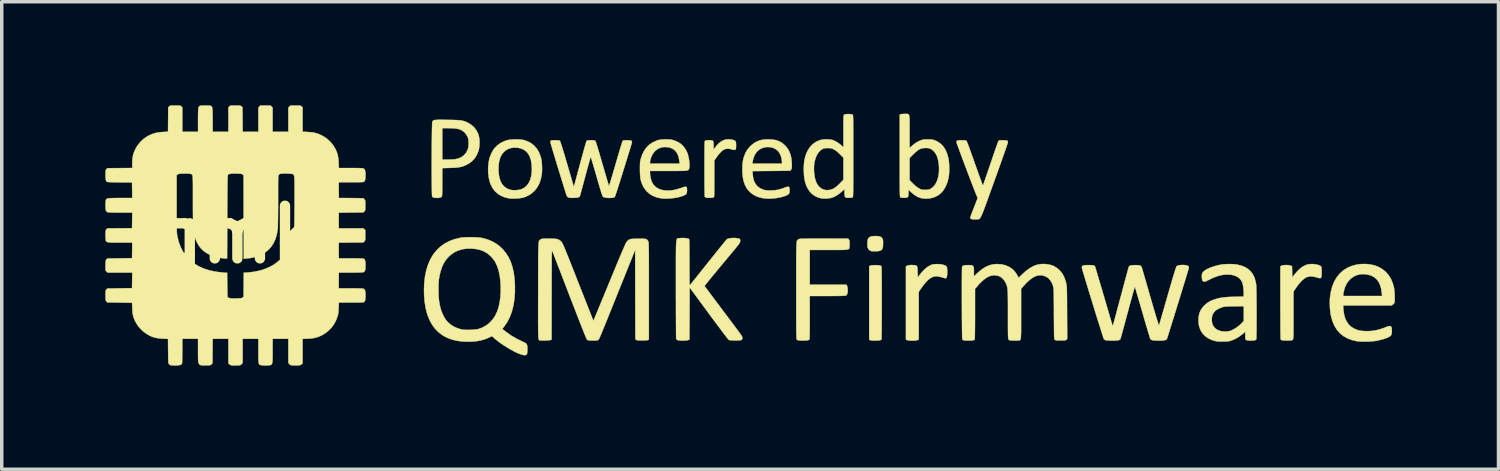
<source format=kicad_pcb>
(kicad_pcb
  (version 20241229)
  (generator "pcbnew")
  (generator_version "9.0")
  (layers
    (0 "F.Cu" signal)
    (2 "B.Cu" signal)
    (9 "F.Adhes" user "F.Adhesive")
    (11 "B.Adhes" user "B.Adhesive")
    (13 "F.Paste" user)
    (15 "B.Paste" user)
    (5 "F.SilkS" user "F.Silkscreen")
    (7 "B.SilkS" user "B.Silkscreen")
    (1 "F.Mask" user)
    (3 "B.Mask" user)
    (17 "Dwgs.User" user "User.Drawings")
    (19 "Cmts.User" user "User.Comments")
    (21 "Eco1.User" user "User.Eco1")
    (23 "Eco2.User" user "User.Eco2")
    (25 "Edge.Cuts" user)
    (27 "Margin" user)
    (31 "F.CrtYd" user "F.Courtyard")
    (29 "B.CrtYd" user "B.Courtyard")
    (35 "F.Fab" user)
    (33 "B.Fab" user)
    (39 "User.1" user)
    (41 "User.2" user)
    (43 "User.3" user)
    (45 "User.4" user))
  (footprint "qmk"
    (layer "F.Cu")
    (at 3.751 3.742)
    (property "Reference" "qmk" (at 0 0 0) (layer "F.SilkS") (effects (font (size 1.524 1.524) (thickness 0.3))))
    (attr through_hole)
    (fp_poly (pts (xy 18.614 0.045) (xy 18.664 0.052) (xy 18.702 0.067) (xy 18.731 0.09) (xy 18.747 0.109) (xy 18.757 0.125) (xy 18.764 0.144) (xy 18.767 0.171) (xy 18.769 0.21) (xy 18.769 0.258) (xy 18.767 0.332) (xy 18.758 0.388) (xy 18.741 0.428) (xy 18.712 0.455) (xy 18.67 0.472) (xy 18.612 0.481) (xy 18.558 0.483) (xy 18.508 0.484) (xy 18.464 0.482) (xy 18.43 0.479) (xy 18.419 0.476) (xy 18.375 0.453) (xy 18.341 0.416) (xy 18.322 0.372) (xy 18.318 0.342) (xy 18.316 0.3) (xy 18.315 0.254) (xy 18.315 0.249) (xy 18.319 0.18) (xy 18.332 0.128) (xy 18.356 0.09) (xy 18.393 0.064) (xy 18.445 0.049) (xy 18.515 0.043) (xy 18.547 0.043) (xy 18.614 0.045)) (stroke (width 0.01) (type solid)) (fill yes) (layer "F.SilkS"))
    (fp_poly (pts (xy 18.613 0.887) (xy 18.661 0.892) (xy 18.695 0.902) (xy 18.717 0.916) (xy 18.724 0.925) (xy 18.725 0.938) (xy 18.726 0.969) (xy 18.727 1.019) (xy 18.728 1.084) (xy 18.729 1.163) (xy 18.73 1.255) (xy 18.73 1.357) (xy 18.731 1.469) (xy 18.731 1.587) (xy 18.732 1.711) (xy 18.732 1.839) (xy 18.732 1.969) (xy 18.732 2.098) (xy 18.732 2.226) (xy 18.731 2.351) (xy 18.731 2.471) (xy 18.73 2.584) (xy 18.73 2.688) (xy 18.729 2.782) (xy 18.728 2.864) (xy 18.727 2.932) (xy 18.726 2.984) (xy 18.725 3.019) (xy 18.724 3.035) (xy 18.724 3.035) (xy 18.706 3.051) (xy 18.674 3.061) (xy 18.625 3.068) (xy 18.558 3.07) (xy 18.538 3.07) (xy 18.476 3.069) (xy 18.429 3.065) (xy 18.398 3.059) (xy 18.393 3.057) (xy 18.367 3.043) (xy 18.367 0.916) (xy 18.399 0.901) (xy 18.427 0.892) (xy 18.47 0.887) (xy 18.532 0.885) (xy 18.547 0.885) (xy 18.613 0.887)) (stroke (width 0.01) (type solid)) (fill yes) (layer "F.SilkS"))
    (fp_poly (pts (xy 20.37 0.855) (xy 20.442 0.862) (xy 20.495 0.872) (xy 20.545 0.886) (xy 20.58 0.901) (xy 20.604 0.921) (xy 20.618 0.95) (xy 20.625 0.991) (xy 20.627 1.048) (xy 20.627 1.078) (xy 20.626 1.151) (xy 20.62 1.205) (xy 20.609 1.241) (xy 20.595 1.261) (xy 20.588 1.264) (xy 20.571 1.264) (xy 20.54 1.258) (xy 20.5 1.248) (xy 20.486 1.243) (xy 20.396 1.219) (xy 20.318 1.209) (xy 20.249 1.214) (xy 20.185 1.236) (xy 20.122 1.274) (xy 20.067 1.319) (xy 20.014 1.374) (xy 19.956 1.443) (xy 19.895 1.522) (xy 19.837 1.607) (xy 19.83 1.617) (xy 19.802 1.662) (xy 19.802 3.038) (xy 19.77 3.054) (xy 19.743 3.062) (xy 19.7 3.068) (xy 19.649 3.071) (xy 19.593 3.071) (xy 19.541 3.068) (xy 19.496 3.063) (xy 19.465 3.056) (xy 19.46 3.054) (xy 19.431 3.038) (xy 19.431 0.922) (xy 19.455 0.907) (xy 19.489 0.893) (xy 19.539 0.884) (xy 19.597 0.881) (xy 19.658 0.884) (xy 19.696 0.889) (xy 19.724 0.895) (xy 19.743 0.905) (xy 19.755 0.924) (xy 19.763 0.953) (xy 19.767 0.996) (xy 19.769 1.056) (xy 19.77 1.08) (xy 19.775 1.241) (xy 19.828 1.168) (xy 19.903 1.076) (xy 19.982 0.997) (xy 20.062 0.933) (xy 20.142 0.888) (xy 20.178 0.873) (xy 20.231 0.861) (xy 20.298 0.855) (xy 20.37 0.855)) (stroke (width 0.01) (type solid)) (fill yes) (layer "F.SilkS"))
    (fp_poly (pts (xy 31.254 0.857) (xy 31.331 0.87) (xy 31.392 0.887) (xy 31.434 0.907) (xy 31.454 0.925) (xy 31.46 0.944) (xy 31.465 0.98) (xy 31.468 1.026) (xy 31.47 1.078) (xy 31.47 1.13) (xy 31.468 1.177) (xy 31.464 1.214) (xy 31.459 1.231) (xy 31.449 1.251) (xy 31.433 1.261) (xy 31.409 1.262) (xy 31.371 1.254) (xy 31.329 1.241) (xy 31.233 1.218) (xy 31.145 1.211) (xy 31.067 1.222) (xy 31.014 1.243) (xy 30.962 1.277) (xy 30.903 1.328) (xy 30.842 1.393) (xy 30.78 1.468) (xy 30.731 1.537) (xy 30.654 1.65) (xy 30.654 2.333) (xy 30.654 2.47) (xy 30.654 2.587) (xy 30.654 2.687) (xy 30.653 2.77) (xy 30.653 2.838) (xy 30.652 2.893) (xy 30.651 2.936) (xy 30.649 2.969) (xy 30.647 2.994) (xy 30.645 3.012) (xy 30.642 3.024) (xy 30.639 3.032) (xy 30.635 3.038) (xy 30.634 3.04) (xy 30.624 3.05) (xy 30.613 3.058) (xy 30.595 3.062) (xy 30.568 3.065) (xy 30.526 3.067) (xy 30.478 3.068) (xy 30.424 3.068) (xy 30.375 3.066) (xy 30.338 3.063) (xy 30.316 3.059) (xy 30.316 3.059) (xy 30.293 3.046) (xy 30.281 3.036) (xy 30.28 3.023) (xy 30.279 2.991) (xy 30.278 2.941) (xy 30.277 2.874) (xy 30.276 2.792) (xy 30.275 2.696) (xy 30.275 2.587) (xy 30.274 2.467) (xy 30.274 2.337) (xy 30.273 2.2) (xy 30.273 2.055) (xy 30.273 1.972) (xy 30.273 0.922) (xy 30.301 0.903) (xy 30.328 0.893) (xy 30.371 0.886) (xy 30.421 0.883) (xy 30.474 0.883) (xy 30.524 0.887) (xy 30.563 0.895) (xy 30.583 0.903) (xy 30.611 0.921) (xy 30.614 1.082) (xy 30.617 1.242) (xy 30.679 1.161) (xy 30.763 1.061) (xy 30.847 0.981) (xy 30.931 0.92) (xy 31.018 0.879) (xy 31.107 0.857) (xy 31.201 0.853) (xy 31.254 0.857)) (stroke (width 0.01) (type solid)) (fill yes) (layer "F.SilkS"))
    (fp_poly (pts (xy 14.39 -2.749) (xy 14.391 -2.749) (xy 14.441 -2.737) (xy 14.475 -2.723) (xy 14.496 -2.703) (xy 14.508 -2.674) (xy 14.512 -2.631) (xy 14.513 -2.584) (xy 14.512 -2.525) (xy 14.507 -2.484) (xy 14.496 -2.46) (xy 14.476 -2.451) (xy 14.442 -2.453) (xy 14.393 -2.464) (xy 14.365 -2.472) (xy 14.302 -2.485) (xy 14.244 -2.486) (xy 14.189 -2.472) (xy 14.135 -2.444) (xy 14.081 -2.399) (xy 14.024 -2.338) (xy 13.962 -2.258) (xy 13.938 -2.224) (xy 13.883 -2.146) (xy 13.883 -1.619) (xy 13.883 -1.499) (xy 13.883 -1.4) (xy 13.883 -1.318) (xy 13.882 -1.251) (xy 13.881 -1.199) (xy 13.88 -1.159) (xy 13.879 -1.13) (xy 13.877 -1.11) (xy 13.874 -1.096) (xy 13.871 -1.088) (xy 13.867 -1.083) (xy 13.862 -1.08) (xy 13.861 -1.079) (xy 13.836 -1.072) (xy 13.797 -1.066) (xy 13.75 -1.063) (xy 13.704 -1.063) (xy 13.666 -1.066) (xy 13.651 -1.069) (xy 13.625 -1.079) (xy 13.607 -1.091) (xy 13.607 -1.092) (xy 13.605 -1.105) (xy 13.604 -1.137) (xy 13.602 -1.187) (xy 13.601 -1.253) (xy 13.6 -1.334) (xy 13.599 -1.427) (xy 13.598 -1.532) (xy 13.598 -1.646) (xy 13.597 -1.767) (xy 13.597 -1.895) (xy 13.597 -1.902) (xy 13.597 -2.052) (xy 13.597 -2.183) (xy 13.598 -2.295) (xy 13.598 -2.39) (xy 13.599 -2.469) (xy 13.599 -2.534) (xy 13.6 -2.587) (xy 13.602 -2.628) (xy 13.603 -2.66) (xy 13.605 -2.682) (xy 13.607 -2.698) (xy 13.61 -2.708) (xy 13.613 -2.714) (xy 13.614 -2.715) (xy 13.628 -2.723) (xy 13.652 -2.729) (xy 13.69 -2.731) (xy 13.73 -2.732) (xy 13.781 -2.731) (xy 13.816 -2.726) (xy 13.84 -2.715) (xy 13.853 -2.693) (xy 13.86 -2.659) (xy 13.862 -2.607) (xy 13.862 -2.574) (xy 13.862 -2.464) (xy 13.914 -2.532) (xy 13.986 -2.617) (xy 14.06 -2.682) (xy 14.135 -2.727) (xy 14.215 -2.753) (xy 14.299 -2.76) (xy 14.39 -2.749)) (stroke (width 0.01) (type solid)) (fill yes) (layer "F.SilkS"))
    (fp_poly (pts (xy 8.192 -2.757) (xy 8.271 -2.752) (xy 8.338 -2.743) (xy 8.362 -2.738) (xy 8.479 -2.698) (xy 8.582 -2.643) (xy 8.67 -2.572) (xy 8.745 -2.486) (xy 8.805 -2.384) (xy 8.851 -2.267) (xy 8.865 -2.218) (xy 8.878 -2.154) (xy 8.887 -2.076) (xy 8.893 -1.989) (xy 8.895 -1.9) (xy 8.893 -1.816) (xy 8.886 -1.742) (xy 8.886 -1.742) (xy 8.859 -1.606) (xy 8.817 -1.482) (xy 8.759 -1.373) (xy 8.687 -1.277) (xy 8.601 -1.197) (xy 8.502 -1.132) (xy 8.39 -1.084) (xy 8.337 -1.068) (xy 8.277 -1.057) (xy 8.204 -1.048) (xy 8.125 -1.043) (xy 8.046 -1.042) (xy 7.975 -1.044) (xy 7.936 -1.049) (xy 7.815 -1.077) (xy 7.705 -1.123) (xy 7.608 -1.184) (xy 7.525 -1.261) (xy 7.457 -1.353) (xy 7.404 -1.458) (xy 7.388 -1.502) (xy 7.353 -1.64) (xy 7.335 -1.787) (xy 7.333 -1.895) (xy 7.633 -1.895) (xy 7.64 -1.761) (xy 7.66 -1.644) (xy 7.693 -1.543) (xy 7.738 -1.459) (xy 7.798 -1.391) (xy 7.87 -1.339) (xy 7.956 -1.302) (xy 7.98 -1.295) (xy 8.036 -1.287) (xy 8.103 -1.284) (xy 8.174 -1.288) (xy 8.241 -1.298) (xy 8.295 -1.312) (xy 8.295 -1.313) (xy 8.377 -1.354) (xy 8.447 -1.413) (xy 8.504 -1.488) (xy 8.548 -1.579) (xy 8.579 -1.684) (xy 8.596 -1.805) (xy 8.599 -1.896) (xy 8.593 -2.03) (xy 8.574 -2.149) (xy 8.541 -2.251) (xy 8.495 -2.337) (xy 8.436 -2.406) (xy 8.364 -2.459) (xy 8.279 -2.495) (xy 8.182 -2.515) (xy 8.155 -2.517) (xy 8.05 -2.515) (xy 7.957 -2.496) (xy 7.875 -2.459) (xy 7.803 -2.405) (xy 7.784 -2.386) (xy 7.729 -2.317) (xy 7.688 -2.238) (xy 7.658 -2.147) (xy 7.64 -2.042) (xy 7.633 -1.921) (xy 7.633 -1.895) (xy 7.333 -1.895) (xy 7.332 -1.937) (xy 7.347 -2.087) (xy 7.367 -2.189) (xy 7.385 -2.249) (xy 7.413 -2.316) (xy 7.445 -2.385) (xy 7.48 -2.447) (xy 7.514 -2.496) (xy 7.519 -2.502) (xy 7.602 -2.586) (xy 7.7 -2.655) (xy 7.809 -2.708) (xy 7.887 -2.733) (xy 7.949 -2.745) (xy 8.025 -2.753) (xy 8.108 -2.757) (xy 8.192 -2.757)) (stroke (width 0.01) (type solid)) (fill yes) (layer "F.SilkS"))
    (fp_poly (pts (xy 15.56 -2.752) (xy 15.659 -2.736) (xy 15.747 -2.707) (xy 15.827 -2.665) (xy 15.901 -2.607) (xy 15.933 -2.577) (xy 16.003 -2.495) (xy 16.056 -2.401) (xy 16.095 -2.295) (xy 16.118 -2.176) (xy 16.127 -2.042) (xy 16.127 -2.025) (xy 16.127 -1.973) (xy 16.126 -1.937) (xy 16.122 -1.913) (xy 16.116 -1.896) (xy 16.106 -1.882) (xy 16.102 -1.877) (xy 16.077 -1.848) (xy 14.989 -1.837) (xy 14.993 -1.768) (xy 15.005 -1.654) (xy 15.031 -1.555) (xy 15.072 -1.471) (xy 15.128 -1.402) (xy 15.198 -1.348) (xy 15.284 -1.307) (xy 15.307 -1.299) (xy 15.345 -1.289) (xy 15.383 -1.282) (xy 15.427 -1.278) (xy 15.482 -1.277) (xy 15.514 -1.277) (xy 15.625 -1.282) (xy 15.727 -1.298) (xy 15.83 -1.326) (xy 15.909 -1.355) (xy 15.967 -1.376) (xy 16.008 -1.385) (xy 16.036 -1.382) (xy 16.053 -1.365) (xy 16.062 -1.333) (xy 16.064 -1.284) (xy 16.064 -1.282) (xy 16.061 -1.23) (xy 16.051 -1.193) (xy 16.03 -1.166) (xy 15.995 -1.144) (xy 15.984 -1.138) (xy 15.898 -1.105) (xy 15.797 -1.078) (xy 15.686 -1.057) (xy 15.57 -1.045) (xy 15.456 -1.04) (xy 15.348 -1.045) (xy 15.314 -1.049) (xy 15.2 -1.073) (xy 15.093 -1.112) (xy 14.996 -1.166) (xy 14.911 -1.233) (xy 14.842 -1.311) (xy 14.816 -1.35) (xy 14.769 -1.44) (xy 14.734 -1.539) (xy 14.711 -1.649) (xy 14.697 -1.773) (xy 14.694 -1.895) (xy 14.697 -2.014) (xy 14.702 -2.054) (xy 14.984 -2.054) (xy 15.842 -2.054) (xy 15.842 -2.104) (xy 15.833 -2.192) (xy 15.809 -2.278) (xy 15.772 -2.356) (xy 15.724 -2.421) (xy 15.713 -2.432) (xy 15.648 -2.481) (xy 15.571 -2.515) (xy 15.487 -2.532) (xy 15.399 -2.534) (xy 15.311 -2.518) (xy 15.231 -2.488) (xy 15.158 -2.441) (xy 15.097 -2.376) (xy 15.048 -2.296) (xy 15.012 -2.201) (xy 14.99 -2.099) (xy 14.984 -2.054) (xy 14.702 -2.054) (xy 14.709 -2.118) (xy 14.728 -2.211) (xy 14.758 -2.3) (xy 14.798 -2.389) (xy 14.803 -2.398) (xy 14.846 -2.468) (xy 14.904 -2.537) (xy 14.969 -2.6) (xy 15.038 -2.652) (xy 15.09 -2.682) (xy 15.161 -2.713) (xy 15.225 -2.734) (xy 15.29 -2.748) (xy 15.363 -2.755) (xy 15.445 -2.757) (xy 15.56 -2.752)) (stroke (width 0.01) (type solid)) (fill yes) (layer "F.SilkS"))
    (fp_poly (pts (xy 32.798 0.857) (xy 32.888 0.868) (xy 32.965 0.883) (xy 33.033 0.903) (xy 33.101 0.93) (xy 33.126 0.942) (xy 33.236 1.007) (xy 33.331 1.086) (xy 33.412 1.182) (xy 33.479 1.292) (xy 33.53 1.417) (xy 33.551 1.488) (xy 33.562 1.534) (xy 33.57 1.577) (xy 33.576 1.623) (xy 33.58 1.677) (xy 33.583 1.744) (xy 33.583 1.773) (xy 33.585 1.846) (xy 33.585 1.901) (xy 33.582 1.942) (xy 33.576 1.971) (xy 33.566 1.993) (xy 33.551 2.01) (xy 33.53 2.026) (xy 33.524 2.03) (xy 33.488 2.054) (xy 32.091 2.054) (xy 32.098 2.158) (xy 32.114 2.291) (xy 32.144 2.408) (xy 32.188 2.509) (xy 32.246 2.595) (xy 32.318 2.666) (xy 32.406 2.722) (xy 32.508 2.764) (xy 32.547 2.775) (xy 32.607 2.786) (xy 32.682 2.793) (xy 32.766 2.796) (xy 32.852 2.794) (xy 32.934 2.788) (xy 33.005 2.779) (xy 33.006 2.778) (xy 33.084 2.761) (xy 33.169 2.737) (xy 33.255 2.709) (xy 33.33 2.681) (xy 33.349 2.673) (xy 33.405 2.653) (xy 33.448 2.65) (xy 33.478 2.664) (xy 33.488 2.679) (xy 33.497 2.708) (xy 33.501 2.752) (xy 33.502 2.801) (xy 33.498 2.849) (xy 33.491 2.889) (xy 33.486 2.906) (xy 33.461 2.936) (xy 33.416 2.966) (xy 33.351 2.995) (xy 33.266 3.024) (xy 33.162 3.052) (xy 33.073 3.072) (xy 33.011 3.082) (xy 32.934 3.09) (xy 32.848 3.096) (xy 32.758 3.099) (xy 32.67 3.099) (xy 32.589 3.097) (xy 32.519 3.092) (xy 32.484 3.087) (xy 32.341 3.053) (xy 32.212 3.003) (xy 32.098 2.939) (xy 31.999 2.858) (xy 31.914 2.762) (xy 31.843 2.651) (xy 31.787 2.524) (xy 31.745 2.381) (xy 31.729 2.303) (xy 31.715 2.199) (xy 31.707 2.084) (xy 31.704 1.967) (xy 31.708 1.856) (xy 31.711 1.819) (xy 31.717 1.779) (xy 32.091 1.779) (xy 33.219 1.779) (xy 33.211 1.697) (xy 33.193 1.571) (xy 33.162 1.462) (xy 33.118 1.37) (xy 33.06 1.294) (xy 32.989 1.233) (xy 32.904 1.188) (xy 32.808 1.16) (xy 32.695 1.145) (xy 32.588 1.15) (xy 32.488 1.174) (xy 32.396 1.216) (xy 32.314 1.274) (xy 32.243 1.349) (xy 32.184 1.437) (xy 32.138 1.54) (xy 32.108 1.656) (xy 32.098 1.718) (xy 32.091 1.779) (xy 31.717 1.779) (xy 31.736 1.656) (xy 31.775 1.506) (xy 31.828 1.371) (xy 31.897 1.25) (xy 31.979 1.144) (xy 32.075 1.054) (xy 32.088 1.043) (xy 32.201 0.97) (xy 32.325 0.914) (xy 32.458 0.875) (xy 32.598 0.854) (xy 32.743 0.852) (xy 32.798 0.857)) (stroke (width 0.01) (type solid)) (fill yes) (layer "F.SilkS"))
    (fp_poly (pts (xy 17.779 0.145) (xy 17.79 0.16) (xy 17.796 0.177) (xy 17.799 0.2) (xy 17.8 0.234) (xy 17.799 0.285) (xy 17.799 0.287) (xy 17.798 0.321) (xy 17.798 0.35) (xy 17.797 0.374) (xy 17.794 0.393) (xy 17.785 0.409) (xy 17.771 0.421) (xy 17.749 0.43) (xy 17.718 0.437) (xy 17.676 0.441) (xy 17.621 0.444) (xy 17.552 0.445) (xy 17.468 0.445) (xy 17.366 0.445) (xy 17.245 0.445) (xy 17.201 0.445) (xy 16.646 0.445) (xy 16.646 1.451) (xy 17.705 1.451) (xy 17.723 1.478) (xy 17.734 1.508) (xy 17.742 1.551) (xy 17.746 1.602) (xy 17.745 1.652) (xy 17.739 1.696) (xy 17.735 1.71) (xy 17.718 1.744) (xy 17.695 1.765) (xy 17.695 1.765) (xy 17.683 1.768) (xy 17.661 1.771) (xy 17.628 1.773) (xy 17.582 1.775) (xy 17.522 1.777) (xy 17.446 1.778) (xy 17.352 1.778) (xy 17.239 1.779) (xy 17.157 1.779) (xy 16.646 1.779) (xy 16.646 2.401) (xy 16.646 2.514) (xy 16.646 2.621) (xy 16.645 2.72) (xy 16.644 2.808) (xy 16.643 2.885) (xy 16.642 2.949) (xy 16.64 2.996) (xy 16.639 3.026) (xy 16.638 3.036) (xy 16.622 3.048) (xy 16.596 3.059) (xy 16.593 3.06) (xy 16.567 3.064) (xy 16.527 3.067) (xy 16.478 3.069) (xy 16.425 3.069) (xy 16.376 3.068) (xy 16.336 3.066) (xy 16.313 3.063) (xy 16.288 3.052) (xy 16.273 3.041) (xy 16.271 3.038) (xy 16.268 3.033) (xy 16.266 3.024) (xy 16.264 3.011) (xy 16.262 2.993) (xy 16.261 2.968) (xy 16.26 2.935) (xy 16.259 2.894) (xy 16.258 2.843) (xy 16.257 2.782) (xy 16.256 2.708) (xy 16.256 2.622) (xy 16.255 2.522) (xy 16.255 2.407) (xy 16.255 2.275) (xy 16.255 2.127) (xy 16.255 1.96) (xy 16.255 1.774) (xy 16.255 1.629) (xy 16.255 1.424) (xy 16.255 1.24) (xy 16.255 1.075) (xy 16.255 0.927) (xy 16.255 0.797) (xy 16.255 0.682) (xy 16.256 0.583) (xy 16.257 0.496) (xy 16.258 0.423) (xy 16.26 0.361) (xy 16.262 0.31) (xy 16.265 0.268) (xy 16.268 0.235) (xy 16.271 0.208) (xy 16.275 0.188) (xy 16.28 0.174) (xy 16.286 0.163) (xy 16.292 0.156) (xy 16.299 0.15) (xy 16.307 0.145) (xy 16.316 0.14) (xy 16.32 0.138) (xy 16.328 0.134) (xy 16.336 0.13) (xy 16.347 0.127) (xy 16.363 0.124) (xy 16.384 0.122) (xy 16.412 0.121) (xy 16.45 0.119) (xy 16.498 0.118) (xy 16.558 0.118) (xy 16.631 0.117) (xy 16.72 0.117) (xy 16.826 0.117) (xy 16.951 0.117) (xy 17.056 0.117) (xy 17.757 0.116) (xy 17.779 0.145)) (stroke (width 0.01) (type solid)) (fill yes) (layer "F.SilkS"))
    (fp_poly (pts (xy 6.03 -3.323) (xy 6.128 -3.322) (xy 6.153 -3.321) (xy 6.262 -3.32) (xy 6.354 -3.318) (xy 6.429 -3.315) (xy 6.492 -3.311) (xy 6.544 -3.305) (xy 6.588 -3.297) (xy 6.627 -3.288) (xy 6.664 -3.275) (xy 6.702 -3.26) (xy 6.742 -3.241) (xy 6.747 -3.238) (xy 6.844 -3.179) (xy 6.927 -3.106) (xy 6.993 -3.019) (xy 7.043 -2.921) (xy 7.071 -2.824) (xy 7.082 -2.744) (xy 7.085 -2.654) (xy 7.08 -2.561) (xy 7.067 -2.474) (xy 7.049 -2.409) (xy 7.002 -2.298) (xy 6.94 -2.202) (xy 6.862 -2.12) (xy 6.768 -2.052) (xy 6.657 -1.996) (xy 6.651 -1.994) (xy 6.601 -1.975) (xy 6.552 -1.961) (xy 6.499 -1.95) (xy 6.438 -1.942) (xy 6.367 -1.936) (xy 6.28 -1.932) (xy 6.225 -1.93) (xy 6.006 -1.924) (xy 6.006 -1.52) (xy 6.006 -1.41) (xy 6.005 -1.32) (xy 6.004 -1.248) (xy 6.003 -1.192) (xy 6.001 -1.15) (xy 5.998 -1.122) (xy 5.995 -1.104) (xy 5.992 -1.097) (xy 5.969 -1.08) (xy 5.93 -1.068) (xy 5.881 -1.061) (xy 5.827 -1.061) (xy 5.774 -1.067) (xy 5.763 -1.07) (xy 5.734 -1.081) (xy 5.713 -1.096) (xy 5.712 -1.097) (xy 5.71 -1.111) (xy 5.708 -1.144) (xy 5.706 -1.195) (xy 5.704 -1.262) (xy 5.703 -1.343) (xy 5.702 -1.436) (xy 5.701 -1.54) (xy 5.7 -1.654) (xy 5.7 -1.774) (xy 5.699 -1.9) (xy 5.699 -2.03) (xy 5.7 -2.161) (xy 5.7 -2.17) (xy 6.006 -2.17) (xy 6.151 -2.171) (xy 6.213 -2.172) (xy 6.276 -2.174) (xy 6.332 -2.177) (xy 6.374 -2.181) (xy 6.375 -2.181) (xy 6.473 -2.204) (xy 6.56 -2.243) (xy 6.634 -2.298) (xy 6.694 -2.367) (xy 6.738 -2.45) (xy 6.758 -2.512) (xy 6.764 -2.548) (xy 6.767 -2.598) (xy 6.767 -2.656) (xy 6.766 -2.671) (xy 6.764 -2.724) (xy 6.76 -2.762) (xy 6.752 -2.794) (xy 6.74 -2.825) (xy 6.728 -2.851) (xy 6.682 -2.922) (xy 6.624 -2.982) (xy 6.556 -3.026) (xy 6.528 -3.039) (xy 6.476 -3.055) (xy 6.416 -3.067) (xy 6.345 -3.075) (xy 6.26 -3.079) (xy 6.162 -3.081) (xy 6.006 -3.081) (xy 6.006 -2.17) (xy 5.7 -2.17) (xy 5.7 -2.294) (xy 5.701 -2.424) (xy 5.701 -2.551) (xy 5.702 -2.674) (xy 5.704 -2.79) (xy 5.705 -2.897) (xy 5.707 -2.994) (xy 5.708 -3.079) (xy 5.71 -3.151) (xy 5.712 -3.207) (xy 5.714 -3.247) (xy 5.717 -3.267) (xy 5.718 -3.269) (xy 5.727 -3.284) (xy 5.737 -3.296) (xy 5.752 -3.305) (xy 5.771 -3.313) (xy 5.799 -3.318) (xy 5.836 -3.321) (xy 5.886 -3.323) (xy 5.95 -3.323) (xy 6.03 -3.323)) (stroke (width 0.01) (type solid)) (fill yes) (layer "F.SilkS"))
    (fp_poly (pts (xy 12.537 -2.756) (xy 12.605 -2.752) (xy 12.66 -2.743) (xy 12.731 -2.722) (xy 12.808 -2.689) (xy 12.88 -2.649) (xy 12.928 -2.615) (xy 12.979 -2.565) (xy 13.029 -2.5) (xy 13.073 -2.427) (xy 13.107 -2.352) (xy 13.114 -2.331) (xy 13.133 -2.259) (xy 13.148 -2.183) (xy 13.158 -2.105) (xy 13.163 -2.032) (xy 13.162 -1.969) (xy 13.155 -1.919) (xy 13.151 -1.907) (xy 13.146 -1.893) (xy 13.14 -1.881) (xy 13.132 -1.871) (xy 13.12 -1.863) (xy 13.102 -1.857) (xy 13.076 -1.852) (xy 13.041 -1.848) (xy 12.995 -1.846) (xy 12.936 -1.844) (xy 12.863 -1.843) (xy 12.773 -1.842) (xy 12.666 -1.842) (xy 12.55 -1.842) (xy 12.02 -1.842) (xy 12.02 -1.79) (xy 12.024 -1.73) (xy 12.035 -1.661) (xy 12.051 -1.592) (xy 12.071 -1.533) (xy 12.077 -1.519) (xy 12.123 -1.443) (xy 12.184 -1.38) (xy 12.258 -1.332) (xy 12.345 -1.298) (xy 12.443 -1.278) (xy 12.551 -1.273) (xy 12.667 -1.283) (xy 12.791 -1.308) (xy 12.919 -1.348) (xy 12.926 -1.351) (xy 12.984 -1.371) (xy 13.026 -1.383) (xy 13.055 -1.386) (xy 13.073 -1.38) (xy 13.083 -1.366) (xy 13.086 -1.358) (xy 13.092 -1.322) (xy 13.093 -1.279) (xy 13.09 -1.235) (xy 13.084 -1.2) (xy 13.079 -1.187) (xy 13.055 -1.161) (xy 13.013 -1.136) (xy 12.955 -1.113) (xy 12.885 -1.092) (xy 12.806 -1.074) (xy 12.721 -1.059) (xy 12.633 -1.049) (xy 12.544 -1.042) (xy 12.458 -1.041) (xy 12.378 -1.045) (xy 12.343 -1.049) (xy 12.218 -1.076) (xy 12.106 -1.119) (xy 12.007 -1.179) (xy 11.923 -1.253) (xy 11.853 -1.343) (xy 11.813 -1.414) (xy 11.785 -1.476) (xy 11.764 -1.537) (xy 11.748 -1.6) (xy 11.738 -1.67) (xy 11.732 -1.75) (xy 11.729 -1.846) (xy 11.729 -1.89) (xy 11.729 -1.965) (xy 11.73 -2.024) (xy 11.732 -2.069) (xy 11.733 -2.08) (xy 12.02 -2.08) (xy 12.02 -2.054) (xy 12.879 -2.054) (xy 12.872 -2.115) (xy 12.854 -2.224) (xy 12.824 -2.316) (xy 12.782 -2.391) (xy 12.728 -2.449) (xy 12.661 -2.492) (xy 12.58 -2.521) (xy 12.53 -2.53) (xy 12.432 -2.535) (xy 12.34 -2.52) (xy 12.257 -2.486) (xy 12.183 -2.433) (xy 12.158 -2.409) (xy 12.111 -2.349) (xy 12.071 -2.277) (xy 12.041 -2.201) (xy 12.023 -2.126) (xy 12.02 -2.08) (xy 11.733 -2.08) (xy 11.735 -2.106) (xy 11.741 -2.138) (xy 11.748 -2.17) (xy 11.753 -2.192) (xy 11.797 -2.321) (xy 11.854 -2.433) (xy 11.925 -2.529) (xy 12.008 -2.609) (xy 12.106 -2.673) (xy 12.217 -2.722) (xy 12.274 -2.739) (xy 12.325 -2.748) (xy 12.391 -2.754) (xy 12.464 -2.757) (xy 12.537 -2.756)) (stroke (width 0.01) (type solid)) (fill yes) (layer "F.SilkS"))
    (fp_poly (pts (xy 19.479 -3.493) (xy 19.496 -3.488) (xy 19.51 -3.478) (xy 19.52 -3.461) (xy 19.527 -3.435) (xy 19.532 -3.398) (xy 19.535 -3.349) (xy 19.537 -3.286) (xy 19.537 -3.207) (xy 19.537 -3.111) (xy 19.537 -2.996) (xy 19.537 -2.98) (xy 19.537 -2.507) (xy 19.605 -2.569) (xy 19.698 -2.644) (xy 19.797 -2.702) (xy 19.863 -2.729) (xy 19.897 -2.741) (xy 19.929 -2.749) (xy 19.964 -2.754) (xy 20.009 -2.756) (xy 20.061 -2.756) (xy 20.122 -2.756) (xy 20.168 -2.753) (xy 20.205 -2.747) (xy 20.24 -2.738) (xy 20.255 -2.733) (xy 20.354 -2.689) (xy 20.44 -2.628) (xy 20.513 -2.552) (xy 20.573 -2.459) (xy 20.621 -2.35) (xy 20.658 -2.223) (xy 20.661 -2.208) (xy 20.673 -2.132) (xy 20.681 -2.043) (xy 20.685 -1.945) (xy 20.684 -1.847) (xy 20.68 -1.754) (xy 20.67 -1.673) (xy 20.666 -1.648) (xy 20.632 -1.514) (xy 20.584 -1.396) (xy 20.525 -1.294) (xy 20.453 -1.208) (xy 20.369 -1.14) (xy 20.273 -1.089) (xy 20.166 -1.056) (xy 20.159 -1.054) (xy 20.05 -1.04) (xy 19.945 -1.043) (xy 19.886 -1.052) (xy 19.824 -1.07) (xy 19.766 -1.094) (xy 19.708 -1.128) (xy 19.645 -1.173) (xy 19.577 -1.231) (xy 19.505 -1.294) (xy 19.505 -1.204) (xy 19.504 -1.147) (xy 19.497 -1.108) (xy 19.482 -1.084) (xy 19.456 -1.07) (xy 19.416 -1.065) (xy 19.375 -1.064) (xy 19.319 -1.066) (xy 19.282 -1.072) (xy 19.269 -1.079) (xy 19.266 -1.082) (xy 19.263 -1.088) (xy 19.261 -1.099) (xy 19.259 -1.115) (xy 19.258 -1.137) (xy 19.256 -1.166) (xy 19.255 -1.205) (xy 19.254 -1.253) (xy 19.253 -1.312) (xy 19.253 -1.384) (xy 19.252 -1.469) (xy 19.252 -1.568) (xy 19.251 -1.683) (xy 19.251 -1.814) (xy 19.251 -1.964) (xy 19.251 -2.132) (xy 19.251 -2.217) (xy 19.537 -2.217) (xy 19.537 -1.575) (xy 19.635 -1.477) (xy 19.701 -1.414) (xy 19.761 -1.367) (xy 19.817 -1.332) (xy 19.873 -1.306) (xy 19.874 -1.306) (xy 19.913 -1.297) (xy 19.965 -1.294) (xy 20.022 -1.295) (xy 20.076 -1.301) (xy 20.119 -1.312) (xy 20.132 -1.317) (xy 20.2 -1.362) (xy 20.259 -1.424) (xy 20.308 -1.502) (xy 20.346 -1.594) (xy 20.373 -1.697) (xy 20.388 -1.81) (xy 20.39 -1.931) (xy 20.385 -2.009) (xy 20.37 -2.117) (xy 20.351 -2.207) (xy 20.324 -2.284) (xy 20.289 -2.348) (xy 20.246 -2.404) (xy 20.231 -2.42) (xy 20.18 -2.463) (xy 20.127 -2.491) (xy 20.066 -2.505) (xy 19.993 -2.508) (xy 19.978 -2.507) (xy 19.921 -2.501) (xy 19.871 -2.49) (xy 19.824 -2.47) (xy 19.777 -2.44) (xy 19.724 -2.398) (xy 19.663 -2.341) (xy 19.651 -2.329) (xy 19.537 -2.217) (xy 19.251 -2.217) (xy 19.251 -2.283) (xy 19.251 -3.473) (xy 19.278 -3.484) (xy 19.301 -3.488) (xy 19.338 -3.492) (xy 19.383 -3.494) (xy 19.4 -3.494) (xy 19.431 -3.494) (xy 19.458 -3.495) (xy 19.479 -3.493)) (stroke (width 0.01) (type solid)) (fill yes) (layer "F.SilkS"))
    (fp_poly (pts (xy 21.092 -2.731) (xy 21.134 -2.729) (xy 21.163 -2.726) (xy 21.174 -2.724) (xy 21.178 -2.72) (xy 21.183 -2.714) (xy 21.189 -2.705) (xy 21.196 -2.691) (xy 21.205 -2.67) (xy 21.217 -2.641) (xy 21.231 -2.603) (xy 21.249 -2.555) (xy 21.272 -2.494) (xy 21.298 -2.419) (xy 21.331 -2.329) (xy 21.369 -2.223) (xy 21.413 -2.098) (xy 21.427 -2.058) (xy 21.466 -1.949) (xy 21.503 -1.846) (xy 21.537 -1.75) (xy 21.568 -1.664) (xy 21.596 -1.588) (xy 21.618 -1.526) (xy 21.636 -1.477) (xy 21.648 -1.445) (xy 21.653 -1.432) (xy 21.653 -1.431) (xy 21.661 -1.43) (xy 21.671 -1.447) (xy 21.685 -1.484) (xy 21.689 -1.494) (xy 21.716 -1.575) (xy 21.747 -1.665) (xy 21.78 -1.762) (xy 21.814 -1.862) (xy 21.85 -1.966) (xy 21.885 -2.069) (xy 21.92 -2.171) (xy 21.953 -2.269) (xy 21.985 -2.36) (xy 22.013 -2.444) (xy 22.039 -2.517) (xy 22.06 -2.577) (xy 22.076 -2.623) (xy 22.086 -2.653) (xy 22.089 -2.662) (xy 22.103 -2.693) (xy 22.116 -2.716) (xy 22.123 -2.723) (xy 22.141 -2.727) (xy 22.174 -2.73) (xy 22.216 -2.731) (xy 22.262 -2.731) (xy 22.306 -2.729) (xy 22.342 -2.726) (xy 22.363 -2.721) (xy 22.365 -2.721) (xy 22.381 -2.701) (xy 22.385 -2.676) (xy 22.381 -2.661) (xy 22.371 -2.628) (xy 22.354 -2.578) (xy 22.332 -2.512) (xy 22.304 -2.431) (xy 22.271 -2.338) (xy 22.234 -2.232) (xy 22.193 -2.115) (xy 22.148 -1.99) (xy 22.1 -1.856) (xy 22.05 -1.716) (xy 21.998 -1.571) (xy 21.994 -1.562) (xy 21.932 -1.389) (xy 21.876 -1.235) (xy 21.827 -1.098) (xy 21.784 -0.979) (xy 21.746 -0.874) (xy 21.713 -0.785) (xy 21.684 -0.708) (xy 21.659 -0.644) (xy 21.637 -0.591) (xy 21.618 -0.548) (xy 21.601 -0.515) (xy 21.586 -0.489) (xy 21.573 -0.47) (xy 21.56 -0.457) (xy 21.547 -0.449) (xy 21.534 -0.445) (xy 21.521 -0.443) (xy 21.506 -0.442) (xy 21.489 -0.442) (xy 21.47 -0.441) (xy 21.469 -0.441) (xy 21.425 -0.44) (xy 21.384 -0.44) (xy 21.358 -0.443) (xy 21.321 -0.453) (xy 21.302 -0.465) (xy 21.295 -0.483) (xy 21.295 -0.49) (xy 21.298 -0.506) (xy 21.309 -0.538) (xy 21.326 -0.585) (xy 21.347 -0.643) (xy 21.373 -0.71) (xy 21.401 -0.782) (xy 21.405 -0.793) (xy 21.437 -0.874) (xy 21.462 -0.938) (xy 21.481 -0.987) (xy 21.494 -1.023) (xy 21.501 -1.049) (xy 21.505 -1.066) (xy 21.504 -1.077) (xy 21.501 -1.084) (xy 21.495 -1.089) (xy 21.489 -1.101) (xy 21.476 -1.131) (xy 21.458 -1.177) (xy 21.433 -1.237) (xy 21.405 -1.31) (xy 21.372 -1.394) (xy 21.337 -1.486) (xy 21.299 -1.585) (xy 21.259 -1.689) (xy 21.218 -1.797) (xy 21.177 -1.906) (xy 21.136 -2.014) (xy 21.096 -2.12) (xy 21.058 -2.222) (xy 21.022 -2.319) (xy 20.989 -2.407) (xy 20.961 -2.485) (xy 20.936 -2.552) (xy 20.917 -2.606) (xy 20.904 -2.645) (xy 20.898 -2.666) (xy 20.898 -2.667) (xy 20.895 -2.692) (xy 20.902 -2.71) (xy 20.92 -2.721) (xy 20.953 -2.728) (xy 21.002 -2.731) (xy 21.044 -2.731) (xy 21.092 -2.731)) (stroke (width 0.01) (type solid)) (fill yes) (layer "F.SilkS"))
    (fp_poly (pts (xy 17.796 -3.49) (xy 17.843 -3.484) (xy 17.88 -3.475) (xy 17.888 -3.471) (xy 17.891 -3.469) (xy 17.893 -3.464) (xy 17.896 -3.456) (xy 17.898 -3.443) (xy 17.899 -3.424) (xy 17.901 -3.399) (xy 17.902 -3.365) (xy 17.903 -3.322) (xy 17.904 -3.268) (xy 17.905 -3.203) (xy 17.905 -3.125) (xy 17.906 -3.033) (xy 17.906 -2.926) (xy 17.906 -2.803) (xy 17.906 -2.662) (xy 17.906 -2.503) (xy 17.906 -2.324) (xy 17.906 -2.277) (xy 17.906 -2.093) (xy 17.906 -1.928) (xy 17.906 -1.783) (xy 17.906 -1.655) (xy 17.906 -1.544) (xy 17.905 -1.448) (xy 17.905 -1.366) (xy 17.904 -1.298) (xy 17.903 -1.241) (xy 17.902 -1.195) (xy 17.901 -1.159) (xy 17.899 -1.131) (xy 17.898 -1.11) (xy 17.896 -1.096) (xy 17.893 -1.087) (xy 17.891 -1.081) (xy 17.889 -1.079) (xy 17.865 -1.07) (xy 17.822 -1.065) (xy 17.784 -1.064) (xy 17.732 -1.065) (xy 17.695 -1.071) (xy 17.672 -1.085) (xy 17.659 -1.11) (xy 17.654 -1.149) (xy 17.652 -1.206) (xy 17.652 -1.21) (xy 17.652 -1.315) (xy 17.586 -1.254) (xy 17.515 -1.194) (xy 17.441 -1.142) (xy 17.367 -1.099) (xy 17.3 -1.071) (xy 17.294 -1.069) (xy 17.235 -1.055) (xy 17.166 -1.046) (xy 17.093 -1.042) (xy 17.026 -1.043) (xy 16.983 -1.048) (xy 16.877 -1.077) (xy 16.781 -1.125) (xy 16.697 -1.19) (xy 16.626 -1.271) (xy 16.568 -1.369) (xy 16.551 -1.406) (xy 16.518 -1.498) (xy 16.495 -1.599) (xy 16.48 -1.71) (xy 16.474 -1.837) (xy 16.473 -1.865) (xy 16.768 -1.865) (xy 16.773 -1.792) (xy 16.787 -1.681) (xy 16.808 -1.588) (xy 16.836 -1.51) (xy 16.871 -1.445) (xy 16.912 -1.392) (xy 16.976 -1.338) (xy 17.048 -1.303) (xy 17.127 -1.286) (xy 17.21 -1.29) (xy 17.285 -1.309) (xy 17.335 -1.331) (xy 17.385 -1.362) (xy 17.44 -1.406) (xy 17.502 -1.465) (xy 17.524 -1.487) (xy 17.621 -1.587) (xy 17.621 -2.225) (xy 17.517 -2.329) (xy 17.464 -2.379) (xy 17.42 -2.417) (xy 17.38 -2.446) (xy 17.34 -2.468) (xy 17.303 -2.485) (xy 17.273 -2.496) (xy 17.243 -2.501) (xy 17.205 -2.504) (xy 17.165 -2.504) (xy 17.11 -2.503) (xy 17.069 -2.498) (xy 17.039 -2.49) (xy 17.025 -2.484) (xy 16.957 -2.439) (xy 16.898 -2.376) (xy 16.849 -2.297) (xy 16.811 -2.205) (xy 16.784 -2.101) (xy 16.769 -1.987) (xy 16.768 -1.865) (xy 16.473 -1.865) (xy 16.473 -1.879) (xy 16.475 -1.988) (xy 16.482 -2.081) (xy 16.494 -2.164) (xy 16.512 -2.242) (xy 16.537 -2.321) (xy 16.544 -2.34) (xy 16.595 -2.449) (xy 16.66 -2.544) (xy 16.737 -2.623) (xy 16.826 -2.685) (xy 16.925 -2.729) (xy 16.975 -2.743) (xy 17.029 -2.752) (xy 17.094 -2.757) (xy 17.163 -2.757) (xy 17.229 -2.753) (xy 17.284 -2.744) (xy 17.303 -2.74) (xy 17.373 -2.711) (xy 17.448 -2.669) (xy 17.522 -2.616) (xy 17.558 -2.585) (xy 17.621 -2.529) (xy 17.621 -2.989) (xy 17.621 -3.103) (xy 17.621 -3.197) (xy 17.621 -3.273) (xy 17.622 -3.334) (xy 17.624 -3.38) (xy 17.626 -3.415) (xy 17.628 -3.439) (xy 17.631 -3.454) (xy 17.634 -3.463) (xy 17.636 -3.465) (xy 17.66 -3.478) (xy 17.699 -3.486) (xy 17.746 -3.49) (xy 17.796 -3.49)) (stroke (width 0.01) (type solid)) (fill yes) (layer "F.SilkS"))
    (fp_poly (pts (xy 28.863 0.855) (xy 28.944 0.86) (xy 29.011 0.868) (xy 29.012 0.868) (xy 29.137 0.897) (xy 29.246 0.94) (xy 29.339 0.996) (xy 29.416 1.067) (xy 29.478 1.152) (xy 29.526 1.252) (xy 29.558 1.367) (xy 29.573 1.456) (xy 29.575 1.481) (xy 29.577 1.525) (xy 29.578 1.584) (xy 29.58 1.657) (xy 29.581 1.742) (xy 29.582 1.836) (xy 29.583 1.938) (xy 29.584 2.046) (xy 29.584 2.157) (xy 29.584 2.27) (xy 29.585 2.382) (xy 29.585 2.492) (xy 29.584 2.597) (xy 29.584 2.696) (xy 29.583 2.786) (xy 29.582 2.865) (xy 29.581 2.931) (xy 29.58 2.983) (xy 29.579 3.018) (xy 29.577 3.034) (xy 29.577 3.034) (xy 29.558 3.051) (xy 29.528 3.062) (xy 29.483 3.069) (xy 29.421 3.07) (xy 29.358 3.069) (xy 29.313 3.062) (xy 29.282 3.051) (xy 29.265 3.034) (xy 29.261 3.019) (xy 29.259 2.988) (xy 29.257 2.947) (xy 29.257 2.919) (xy 29.256 2.815) (xy 29.18 2.88) (xy 29.074 2.96) (xy 28.965 3.022) (xy 28.867 3.063) (xy 28.827 3.076) (xy 28.792 3.086) (xy 28.757 3.092) (xy 28.716 3.095) (xy 28.663 3.097) (xy 28.626 3.098) (xy 28.533 3.098) (xy 28.458 3.094) (xy 28.409 3.087) (xy 28.29 3.053) (xy 28.185 3.004) (xy 28.096 2.942) (xy 28.024 2.867) (xy 27.971 2.786) (xy 27.933 2.697) (xy 27.91 2.603) (xy 27.902 2.5) (xy 27.902 2.483) (xy 27.904 2.434) (xy 28.287 2.434) (xy 28.289 2.501) (xy 28.298 2.565) (xy 28.313 2.612) (xy 28.354 2.679) (xy 28.41 2.733) (xy 28.479 2.773) (xy 28.56 2.799) (xy 28.649 2.809) (xy 28.746 2.804) (xy 28.801 2.794) (xy 28.86 2.774) (xy 28.928 2.74) (xy 28.999 2.695) (xy 29.069 2.642) (xy 29.135 2.584) (xy 29.18 2.537) (xy 29.214 2.498) (xy 29.214 2.073) (xy 28.936 2.078) (xy 28.852 2.079) (xy 28.785 2.08) (xy 28.733 2.082) (xy 28.693 2.085) (xy 28.661 2.088) (xy 28.635 2.093) (xy 28.61 2.098) (xy 28.585 2.106) (xy 28.573 2.11) (xy 28.484 2.146) (xy 28.413 2.189) (xy 28.358 2.242) (xy 28.316 2.306) (xy 28.31 2.319) (xy 28.295 2.37) (xy 28.287 2.434) (xy 27.904 2.434) (xy 27.908 2.373) (xy 27.929 2.276) (xy 27.965 2.19) (xy 28.018 2.112) (xy 28.065 2.059) (xy 28.131 2) (xy 28.197 1.953) (xy 28.272 1.914) (xy 28.36 1.88) (xy 28.365 1.879) (xy 28.433 1.858) (xy 28.498 1.841) (xy 28.565 1.828) (xy 28.638 1.818) (xy 28.721 1.81) (xy 28.816 1.805) (xy 28.929 1.801) (xy 28.944 1.801) (xy 29.209 1.795) (xy 29.212 1.732) (xy 29.212 1.673) (xy 29.208 1.606) (xy 29.201 1.537) (xy 29.191 1.472) (xy 29.179 1.418) (xy 29.171 1.394) (xy 29.133 1.32) (xy 29.079 1.259) (xy 29.008 1.212) (xy 28.922 1.18) (xy 28.833 1.162) (xy 28.712 1.157) (xy 28.587 1.17) (xy 28.457 1.202) (xy 28.322 1.254) (xy 28.221 1.303) (xy 28.158 1.334) (xy 28.11 1.354) (xy 28.075 1.364) (xy 28.05 1.362) (xy 28.032 1.351) (xy 28.024 1.342) (xy 28.008 1.302) (xy 28 1.249) (xy 28 1.189) (xy 28.002 1.166) (xy 28.009 1.127) (xy 28.021 1.1) (xy 28.044 1.074) (xy 28.049 1.069) (xy 28.098 1.031) (xy 28.165 0.993) (xy 28.247 0.957) (xy 28.339 0.924) (xy 28.439 0.895) (xy 28.542 0.872) (xy 28.608 0.863) (xy 28.689 0.857) (xy 28.776 0.854) (xy 28.863 0.855)) (stroke (width 0.01) (type solid)) (fill yes) (layer "F.SilkS"))
    (fp_poly (pts (xy 6.861 0.076) (xy 6.949 0.079) (xy 7.031 0.083) (xy 7.102 0.09) (xy 7.158 0.099) (xy 7.165 0.1) (xy 7.313 0.141) (xy 7.446 0.195) (xy 7.566 0.263) (xy 7.675 0.346) (xy 7.759 0.426) (xy 7.848 0.534) (xy 7.924 0.654) (xy 7.987 0.787) (xy 8.036 0.935) (xy 8.073 1.097) (xy 8.097 1.275) (xy 8.109 1.461) (xy 8.109 1.672) (xy 8.094 1.87) (xy 8.065 2.056) (xy 8.021 2.227) (xy 7.963 2.384) (xy 7.891 2.527) (xy 7.805 2.654) (xy 7.783 2.681) (xy 7.742 2.731) (xy 7.824 2.797) (xy 7.992 2.918) (xy 8.173 3.022) (xy 8.229 3.05) (xy 8.281 3.075) (xy 8.329 3.098) (xy 8.369 3.118) (xy 8.395 3.13) (xy 8.399 3.132) (xy 8.429 3.151) (xy 8.451 3.178) (xy 8.464 3.214) (xy 8.47 3.264) (xy 8.471 3.331) (xy 8.471 3.337) (xy 8.468 3.39) (xy 8.465 3.426) (xy 8.46 3.45) (xy 8.452 3.466) (xy 8.447 3.472) (xy 8.424 3.488) (xy 8.39 3.493) (xy 8.345 3.487) (xy 8.284 3.47) (xy 8.265 3.464) (xy 8.185 3.432) (xy 8.093 3.388) (xy 7.994 3.334) (xy 7.891 3.274) (xy 7.788 3.209) (xy 7.69 3.142) (xy 7.601 3.075) (xy 7.537 3.023) (xy 7.444 2.942) (xy 7.368 2.978) (xy 7.246 3.029) (xy 7.118 3.067) (xy 6.98 3.09) (xy 6.829 3.101) (xy 6.763 3.102) (xy 6.594 3.096) (xy 6.441 3.077) (xy 6.3 3.045) (xy 6.171 2.999) (xy 6.051 2.939) (xy 6.002 2.908) (xy 5.89 2.822) (xy 5.79 2.72) (xy 5.705 2.601) (xy 5.633 2.467) (xy 5.574 2.316) (xy 5.529 2.15) (xy 5.498 1.968) (xy 5.48 1.771) (xy 5.476 1.608) (xy 5.477 1.578) (xy 5.896 1.578) (xy 5.896 1.685) (xy 5.899 1.776) (xy 5.905 1.856) (xy 5.914 1.931) (xy 5.926 2.006) (xy 5.943 2.086) (xy 5.948 2.107) (xy 5.976 2.201) (xy 6.013 2.295) (xy 6.057 2.384) (xy 6.105 2.463) (xy 6.148 2.517) (xy 6.235 2.597) (xy 6.336 2.663) (xy 6.449 2.714) (xy 6.572 2.749) (xy 6.593 2.753) (xy 6.636 2.757) (xy 6.694 2.76) (xy 6.761 2.76) (xy 6.833 2.758) (xy 6.904 2.754) (xy 6.967 2.748) (xy 7.019 2.742) (xy 7.043 2.737) (xy 7.165 2.694) (xy 7.275 2.633) (xy 7.374 2.556) (xy 7.461 2.462) (xy 7.535 2.353) (xy 7.594 2.23) (xy 7.636 2.106) (xy 7.666 1.968) (xy 7.687 1.82) (xy 7.697 1.665) (xy 7.698 1.508) (xy 7.689 1.353) (xy 7.671 1.205) (xy 7.643 1.067) (xy 7.606 0.944) (xy 7.567 0.85) (xy 7.524 0.77) (xy 7.473 0.699) (xy 7.41 0.63) (xy 7.41 0.629) (xy 7.323 0.554) (xy 7.23 0.496) (xy 7.126 0.453) (xy 7.011 0.423) (xy 6.881 0.407) (xy 6.875 0.407) (xy 6.73 0.406) (xy 6.595 0.424) (xy 6.469 0.46) (xy 6.354 0.515) (xy 6.249 0.588) (xy 6.186 0.646) (xy 6.109 0.735) (xy 6.045 0.837) (xy 5.992 0.954) (xy 5.95 1.086) (xy 5.92 1.223) (xy 5.911 1.274) (xy 5.905 1.322) (xy 5.901 1.374) (xy 5.898 1.433) (xy 5.896 1.504) (xy 5.896 1.578) (xy 5.477 1.578) (xy 5.484 1.401) (xy 5.506 1.208) (xy 5.544 1.029) (xy 5.595 0.865) (xy 5.661 0.715) (xy 5.742 0.579) (xy 5.836 0.459) (xy 5.944 0.355) (xy 6.065 0.266) (xy 6.2 0.193) (xy 6.347 0.137) (xy 6.508 0.097) (xy 6.554 0.089) (xy 6.614 0.082) (xy 6.689 0.078) (xy 6.773 0.076) (xy 6.861 0.076)) (stroke (width 0.01) (type solid)) (fill yes) (layer "F.SilkS"))
    (fp_poly (pts (xy 14.501 0.101) (xy 14.524 0.103) (xy 14.565 0.11) (xy 14.598 0.119) (xy 14.618 0.126) (xy 14.619 0.127) (xy 14.633 0.151) (xy 14.634 0.187) (xy 14.623 0.227) (xy 14.603 0.266) (xy 14.591 0.281) (xy 14.567 0.312) (xy 14.531 0.356) (xy 14.486 0.412) (xy 14.431 0.478) (xy 14.368 0.554) (xy 14.299 0.637) (xy 14.225 0.726) (xy 14.146 0.821) (xy 14.084 0.895) (xy 14.004 0.991) (xy 13.929 1.082) (xy 13.858 1.167) (xy 13.794 1.245) (xy 13.737 1.315) (xy 13.689 1.375) (xy 13.65 1.424) (xy 13.622 1.46) (xy 13.606 1.482) (xy 13.602 1.489) (xy 13.609 1.5) (xy 13.627 1.526) (xy 13.657 1.566) (xy 13.697 1.619) (xy 13.745 1.684) (xy 13.801 1.759) (xy 13.864 1.844) (xy 13.934 1.936) (xy 14.008 2.035) (xy 14.086 2.139) (xy 14.119 2.183) (xy 14.2 2.291) (xy 14.278 2.394) (xy 14.351 2.492) (xy 14.419 2.583) (xy 14.481 2.666) (xy 14.536 2.74) (xy 14.583 2.803) (xy 14.62 2.854) (xy 14.647 2.891) (xy 14.663 2.913) (xy 14.665 2.917) (xy 14.69 2.965) (xy 14.697 3.003) (xy 14.686 3.034) (xy 14.676 3.045) (xy 14.665 3.053) (xy 14.651 3.058) (xy 14.63 3.062) (xy 14.598 3.064) (xy 14.551 3.065) (xy 14.492 3.065) (xy 14.423 3.065) (xy 14.371 3.063) (xy 14.335 3.059) (xy 14.311 3.053) (xy 14.302 3.05) (xy 14.291 3.039) (xy 14.268 3.011) (xy 14.234 2.968) (xy 14.19 2.911) (xy 14.135 2.84) (xy 14.072 2.755) (xy 14 2.659) (xy 13.92 2.552) (xy 13.832 2.434) (xy 13.738 2.307) (xy 13.721 2.283) (xy 13.168 1.531) (xy 13.166 2.286) (xy 13.163 3.04) (xy 13.126 3.055) (xy 13.096 3.063) (xy 13.051 3.068) (xy 12.997 3.07) (xy 12.941 3.07) (xy 12.888 3.067) (xy 12.844 3.062) (xy 12.818 3.055) (xy 12.793 3.04) (xy 12.778 3.024) (xy 12.778 3.023) (xy 12.777 3.011) (xy 12.777 2.978) (xy 12.776 2.927) (xy 12.775 2.858) (xy 12.774 2.773) (xy 12.774 2.673) (xy 12.773 2.56) (xy 12.773 2.434) (xy 12.772 2.297) (xy 12.772 2.149) (xy 12.772 1.993) (xy 12.771 1.83) (xy 12.771 1.66) (xy 12.771 1.578) (xy 12.771 1.372) (xy 12.771 1.186) (xy 12.771 1.02) (xy 12.771 0.871) (xy 12.771 0.739) (xy 12.771 0.624) (xy 12.772 0.523) (xy 12.773 0.436) (xy 12.774 0.362) (xy 12.777 0.3) (xy 12.779 0.249) (xy 12.783 0.207) (xy 12.787 0.175) (xy 12.793 0.15) (xy 12.799 0.132) (xy 12.807 0.119) (xy 12.815 0.111) (xy 12.825 0.107) (xy 12.837 0.105) (xy 12.849 0.105) (xy 12.864 0.105) (xy 12.88 0.105) (xy 12.893 0.103) (xy 12.943 0.099) (xy 12.998 0.099) (xy 13.052 0.103) (xy 13.099 0.111) (xy 13.135 0.121) (xy 13.149 0.128) (xy 13.152 0.134) (xy 13.154 0.147) (xy 13.157 0.169) (xy 13.158 0.201) (xy 13.16 0.244) (xy 13.161 0.3) (xy 13.162 0.37) (xy 13.162 0.456) (xy 13.163 0.559) (xy 13.163 0.681) (xy 13.163 0.808) (xy 13.163 0.944) (xy 13.163 1.059) (xy 13.163 1.157) (xy 13.164 1.237) (xy 13.164 1.303) (xy 13.165 1.355) (xy 13.166 1.394) (xy 13.167 1.423) (xy 13.169 1.443) (xy 13.171 1.454) (xy 13.174 1.46) (xy 13.177 1.461) (xy 13.181 1.458) (xy 13.184 1.456) (xy 13.193 1.444) (xy 13.215 1.417) (xy 13.248 1.377) (xy 13.291 1.323) (xy 13.343 1.259) (xy 13.402 1.184) (xy 13.469 1.101) (xy 13.541 1.01) (xy 13.618 0.914) (xy 13.699 0.812) (xy 13.713 0.794) (xy 13.795 0.692) (xy 13.873 0.595) (xy 13.946 0.503) (xy 14.014 0.418) (xy 14.076 0.342) (xy 14.129 0.276) (xy 14.174 0.221) (xy 14.21 0.178) (xy 14.234 0.15) (xy 14.247 0.136) (xy 14.248 0.135) (xy 14.279 0.12) (xy 14.325 0.109) (xy 14.381 0.101) (xy 14.442 0.098) (xy 14.501 0.101)) (stroke (width 0.01) (type solid)) (fill yes) (layer "F.SilkS"))
    (fp_poly (pts (xy 9.297 -2.731) (xy 9.343 -2.729) (xy 9.381 -2.725) (xy 9.405 -2.72) (xy 9.409 -2.718) (xy 9.415 -2.707) (xy 9.426 -2.681) (xy 9.44 -2.64) (xy 9.459 -2.582) (xy 9.483 -2.507) (xy 9.511 -2.415) (xy 9.545 -2.304) (xy 9.583 -2.174) (xy 9.622 -2.043) (xy 9.815 -1.382) (xy 9.832 -1.44) (xy 9.837 -1.461) (xy 9.848 -1.5) (xy 9.863 -1.556) (xy 9.882 -1.626) (xy 9.904 -1.708) (xy 9.929 -1.801) (xy 9.956 -1.902) (xy 9.985 -2.009) (xy 10.008 -2.096) (xy 10.038 -2.206) (xy 10.066 -2.309) (xy 10.093 -2.405) (xy 10.117 -2.491) (xy 10.138 -2.566) (xy 10.156 -2.627) (xy 10.171 -2.674) (xy 10.181 -2.703) (xy 10.185 -2.713) (xy 10.196 -2.722) (xy 10.214 -2.727) (xy 10.243 -2.73) (xy 10.288 -2.732) (xy 10.309 -2.732) (xy 10.369 -2.73) (xy 10.411 -2.726) (xy 10.434 -2.719) (xy 10.435 -2.718) (xy 10.442 -2.705) (xy 10.455 -2.671) (xy 10.473 -2.617) (xy 10.496 -2.543) (xy 10.525 -2.448) (xy 10.559 -2.334) (xy 10.598 -2.2) (xy 10.639 -2.059) (xy 10.672 -1.946) (xy 10.703 -1.84) (xy 10.732 -1.741) (xy 10.758 -1.651) (xy 10.781 -1.573) (xy 10.801 -1.507) (xy 10.816 -1.457) (xy 10.827 -1.423) (xy 10.832 -1.407) (xy 10.832 -1.406) (xy 10.837 -1.414) (xy 10.846 -1.442) (xy 10.86 -1.486) (xy 10.878 -1.545) (xy 10.901 -1.619) (xy 10.926 -1.704) (xy 10.954 -1.8) (xy 10.985 -1.904) (xy 11.017 -2.015) (xy 11.028 -2.052) (xy 11.07 -2.197) (xy 11.108 -2.326) (xy 11.141 -2.438) (xy 11.169 -2.532) (xy 11.193 -2.607) (xy 11.211 -2.663) (xy 11.224 -2.7) (xy 11.232 -2.717) (xy 11.233 -2.718) (xy 11.255 -2.726) (xy 11.296 -2.73) (xy 11.355 -2.732) (xy 11.359 -2.732) (xy 11.419 -2.73) (xy 11.46 -2.725) (xy 11.485 -2.715) (xy 11.497 -2.699) (xy 11.498 -2.676) (xy 11.496 -2.664) (xy 11.492 -2.649) (xy 11.482 -2.615) (xy 11.467 -2.564) (xy 11.447 -2.498) (xy 11.423 -2.419) (xy 11.395 -2.327) (xy 11.364 -2.225) (xy 11.329 -2.114) (xy 11.293 -1.996) (xy 11.255 -1.873) (xy 11.252 -1.865) (xy 11.201 -1.701) (xy 11.156 -1.557) (xy 11.117 -1.433) (xy 11.083 -1.328) (xy 11.055 -1.242) (xy 11.032 -1.176) (xy 11.015 -1.127) (xy 11.003 -1.097) (xy 10.996 -1.085) (xy 10.996 -1.085) (xy 10.966 -1.072) (xy 10.922 -1.064) (xy 10.869 -1.06) (xy 10.812 -1.061) (xy 10.757 -1.065) (xy 10.708 -1.074) (xy 10.672 -1.086) (xy 10.66 -1.094) (xy 10.653 -1.103) (xy 10.645 -1.12) (xy 10.635 -1.145) (xy 10.622 -1.181) (xy 10.606 -1.23) (xy 10.587 -1.291) (xy 10.564 -1.368) (xy 10.537 -1.461) (xy 10.505 -1.571) (xy 10.474 -1.678) (xy 10.444 -1.783) (xy 10.415 -1.882) (xy 10.388 -1.973) (xy 10.365 -2.054) (xy 10.344 -2.124) (xy 10.327 -2.179) (xy 10.315 -2.22) (xy 10.307 -2.242) (xy 10.305 -2.247) (xy 10.301 -2.239) (xy 10.293 -2.212) (xy 10.279 -2.168) (xy 10.262 -2.109) (xy 10.242 -2.037) (xy 10.219 -1.954) (xy 10.193 -1.862) (xy 10.166 -1.762) (xy 10.153 -1.712) (xy 10.125 -1.608) (xy 10.098 -1.508) (xy 10.074 -1.416) (xy 10.051 -1.333) (xy 10.032 -1.262) (xy 10.017 -1.204) (xy 10.005 -1.161) (xy 9.998 -1.136) (xy 9.997 -1.132) (xy 9.979 -1.096) (xy 9.958 -1.081) (xy 9.934 -1.075) (xy 9.896 -1.069) (xy 9.849 -1.065) (xy 9.799 -1.063) (xy 9.752 -1.062) (xy 9.714 -1.064) (xy 9.701 -1.065) (xy 9.669 -1.072) (xy 9.646 -1.081) (xy 9.628 -1.095) (xy 9.613 -1.117) (xy 9.599 -1.152) (xy 9.582 -1.202) (xy 9.575 -1.227) (xy 9.527 -1.378) (xy 9.481 -1.528) (xy 9.436 -1.674) (xy 9.392 -1.816) (xy 9.351 -1.952) (xy 9.311 -2.08) (xy 9.275 -2.2) (xy 9.242 -2.31) (xy 9.213 -2.408) (xy 9.188 -2.493) (xy 9.167 -2.563) (xy 9.151 -2.618) (xy 9.141 -2.656) (xy 9.137 -2.675) (xy 9.137 -2.677) (xy 9.14 -2.705) (xy 9.151 -2.722) (xy 9.17 -2.727) (xy 9.205 -2.73) (xy 9.249 -2.732) (xy 9.297 -2.731)) (stroke (width 0.01) (type solid)) (fill yes) (layer "F.SilkS"))
    (fp_poly (pts (xy 23.543 0.863) (xy 23.6 0.874) (xy 23.644 0.886) (xy 23.688 0.901) (xy 23.711 0.912) (xy 23.809 0.971) (xy 23.892 1.044) (xy 23.961 1.131) (xy 24.015 1.233) (xy 24.057 1.351) (xy 24.07 1.404) (xy 24.074 1.425) (xy 24.078 1.445) (xy 24.082 1.465) (xy 24.085 1.489) (xy 24.087 1.517) (xy 24.089 1.55) (xy 24.091 1.591) (xy 24.092 1.642) (xy 24.093 1.703) (xy 24.094 1.777) (xy 24.095 1.865) (xy 24.096 1.969) (xy 24.096 2.09) (xy 24.097 2.231) (xy 24.097 2.266) (xy 24.101 3.024) (xy 24.078 3.044) (xy 24.067 3.053) (xy 24.052 3.059) (xy 24.03 3.062) (xy 23.997 3.064) (xy 23.949 3.065) (xy 23.91 3.065) (xy 23.85 3.065) (xy 23.808 3.064) (xy 23.779 3.061) (xy 23.76 3.056) (xy 23.747 3.05) (xy 23.742 3.045) (xy 23.738 3.041) (xy 23.734 3.036) (xy 23.731 3.028) (xy 23.728 3.015) (xy 23.726 2.997) (xy 23.724 2.972) (xy 23.722 2.938) (xy 23.721 2.894) (xy 23.72 2.838) (xy 23.719 2.768) (xy 23.719 2.684) (xy 23.718 2.584) (xy 23.717 2.466) (xy 23.716 2.328) (xy 23.716 2.294) (xy 23.716 2.15) (xy 23.715 2.026) (xy 23.714 1.92) (xy 23.713 1.83) (xy 23.712 1.755) (xy 23.711 1.693) (xy 23.709 1.643) (xy 23.708 1.603) (xy 23.706 1.572) (xy 23.703 1.547) (xy 23.7 1.527) (xy 23.697 1.512) (xy 23.694 1.499) (xy 23.657 1.401) (xy 23.61 1.322) (xy 23.552 1.26) (xy 23.483 1.216) (xy 23.402 1.188) (xy 23.351 1.179) (xy 23.275 1.18) (xy 23.195 1.201) (xy 23.113 1.242) (xy 23.026 1.303) (xy 22.936 1.384) (xy 22.849 1.477) (xy 22.766 1.571) (xy 22.766 2.299) (xy 22.766 2.444) (xy 22.766 2.569) (xy 22.766 2.675) (xy 22.766 2.765) (xy 22.765 2.84) (xy 22.763 2.9) (xy 22.761 2.949) (xy 22.759 2.986) (xy 22.755 3.014) (xy 22.75 3.034) (xy 22.744 3.047) (xy 22.737 3.055) (xy 22.728 3.06) (xy 22.718 3.063) (xy 22.706 3.064) (xy 22.698 3.066) (xy 22.673 3.068) (xy 22.633 3.069) (xy 22.583 3.07) (xy 22.544 3.069) (xy 22.492 3.067) (xy 22.456 3.064) (xy 22.434 3.06) (xy 22.419 3.054) (xy 22.408 3.044) (xy 22.405 3.04) (xy 22.401 3.034) (xy 22.398 3.027) (xy 22.395 3.016) (xy 22.392 3.001) (xy 22.39 2.979) (xy 22.389 2.949) (xy 22.387 2.91) (xy 22.387 2.86) (xy 22.386 2.797) (xy 22.385 2.72) (xy 22.385 2.627) (xy 22.385 2.516) (xy 22.385 2.387) (xy 22.385 2.322) (xy 22.385 2.174) (xy 22.385 2.046) (xy 22.384 1.935) (xy 22.383 1.84) (xy 22.382 1.76) (xy 22.38 1.693) (xy 22.377 1.636) (xy 22.373 1.589) (xy 22.368 1.549) (xy 22.362 1.516) (xy 22.355 1.487) (xy 22.346 1.46) (xy 22.336 1.434) (xy 22.324 1.408) (xy 22.316 1.391) (xy 22.274 1.322) (xy 22.222 1.264) (xy 22.164 1.221) (xy 22.123 1.202) (xy 22.043 1.183) (xy 21.964 1.179) (xy 21.886 1.193) (xy 21.808 1.224) (xy 21.728 1.274) (xy 21.644 1.342) (xy 21.556 1.43) (xy 21.515 1.477) (xy 21.432 1.571) (xy 21.432 2.297) (xy 21.432 2.419) (xy 21.431 2.536) (xy 21.431 2.644) (xy 21.43 2.742) (xy 21.429 2.83) (xy 21.428 2.904) (xy 21.427 2.963) (xy 21.426 3.006) (xy 21.425 3.03) (xy 21.424 3.035) (xy 21.409 3.048) (xy 21.386 3.059) (xy 21.362 3.064) (xy 21.323 3.067) (xy 21.275 3.069) (xy 21.223 3.069) (xy 21.173 3.068) (xy 21.13 3.066) (xy 21.102 3.061) (xy 21.097 3.06) (xy 21.073 3.043) (xy 21.062 3.029) (xy 21.061 3.016) (xy 21.059 2.984) (xy 21.058 2.934) (xy 21.057 2.868) (xy 21.056 2.787) (xy 21.055 2.695) (xy 21.054 2.592) (xy 21.053 2.48) (xy 21.052 2.361) (xy 21.052 2.237) (xy 21.051 2.109) (xy 21.051 1.98) (xy 21.051 1.85) (xy 21.051 1.723) (xy 21.051 1.599) (xy 21.051 1.48) (xy 21.051 1.369) (xy 21.052 1.266) (xy 21.052 1.174) (xy 21.053 1.094) (xy 21.054 1.029) (xy 21.055 0.979) (xy 21.056 0.947) (xy 21.057 0.935) (xy 21.07 0.914) (xy 21.098 0.899) (xy 21.141 0.889) (xy 21.202 0.885) (xy 21.24 0.885) (xy 21.29 0.885) (xy 21.323 0.887) (xy 21.344 0.891) (xy 21.359 0.898) (xy 21.371 0.909) (xy 21.375 0.914) (xy 21.386 0.928) (xy 21.393 0.943) (xy 21.397 0.963) (xy 21.399 0.992) (xy 21.4 1.036) (xy 21.4 1.077) (xy 21.4 1.21) (xy 21.48 1.134) (xy 21.58 1.045) (xy 21.675 0.975) (xy 21.767 0.922) (xy 21.86 0.885) (xy 21.955 0.863) (xy 22.055 0.854) (xy 22.078 0.854) (xy 22.201 0.863) (xy 22.315 0.89) (xy 22.417 0.934) (xy 22.507 0.993) (xy 22.583 1.068) (xy 22.645 1.158) (xy 22.653 1.173) (xy 22.694 1.251) (xy 22.796 1.152) (xy 22.905 1.054) (xy 23.01 0.977) (xy 23.113 0.918) (xy 23.216 0.878) (xy 23.321 0.856) (xy 23.429 0.851) (xy 23.543 0.863)) (stroke (width 0.01) (type solid)) (fill yes) (layer "F.SilkS"))
    (fp_poly (pts (xy 27.507 0.883) (xy 27.556 0.891) (xy 27.593 0.903) (xy 27.607 0.913) (xy 27.621 0.933) (xy 27.623 0.958) (xy 27.621 0.972) (xy 27.617 0.987) (xy 27.607 1.021) (xy 27.592 1.071) (xy 27.572 1.137) (xy 27.548 1.216) (xy 27.521 1.307) (xy 27.49 1.407) (xy 27.456 1.516) (xy 27.421 1.632) (xy 27.384 1.753) (xy 27.346 1.877) (xy 27.307 2.003) (xy 27.268 2.128) (xy 27.23 2.252) (xy 27.193 2.372) (xy 27.157 2.487) (xy 27.123 2.595) (xy 27.092 2.694) (xy 27.065 2.784) (xy 27.04 2.861) (xy 27.02 2.924) (xy 27.005 2.972) (xy 26.995 3.004) (xy 26.991 3.015) (xy 26.977 3.035) (xy 26.955 3.05) (xy 26.922 3.06) (xy 26.875 3.067) (xy 26.812 3.07) (xy 26.755 3.07) (xy 26.676 3.069) (xy 26.616 3.066) (xy 26.571 3.059) (xy 26.539 3.049) (xy 26.518 3.035) (xy 26.509 3.025) (xy 26.504 3.011) (xy 26.493 2.979) (xy 26.478 2.929) (xy 26.458 2.864) (xy 26.434 2.786) (xy 26.407 2.695) (xy 26.377 2.594) (xy 26.345 2.484) (xy 26.311 2.368) (xy 26.28 2.26) (xy 26.245 2.139) (xy 26.212 2.024) (xy 26.18 1.917) (xy 26.152 1.818) (xy 26.126 1.731) (xy 26.104 1.656) (xy 26.086 1.595) (xy 26.072 1.549) (xy 26.063 1.521) (xy 26.06 1.512) (xy 26.056 1.52) (xy 26.047 1.548) (xy 26.034 1.593) (xy 26.017 1.654) (xy 25.996 1.728) (xy 25.972 1.816) (xy 25.945 1.914) (xy 25.915 2.022) (xy 25.884 2.137) (xy 25.853 2.253) (xy 25.82 2.375) (xy 25.789 2.492) (xy 25.76 2.601) (xy 25.732 2.702) (xy 25.708 2.791) (xy 25.687 2.868) (xy 25.669 2.932) (xy 25.656 2.979) (xy 25.647 3.01) (xy 25.643 3.021) (xy 25.63 3.039) (xy 25.608 3.052) (xy 25.574 3.061) (xy 25.527 3.067) (xy 25.464 3.07) (xy 25.4 3.07) (xy 25.32 3.069) (xy 25.261 3.066) (xy 25.221 3.06) (xy 25.207 3.056) (xy 25.18 3.041) (xy 25.162 3.027) (xy 25.158 3.015) (xy 25.147 2.984) (xy 25.131 2.936) (xy 25.111 2.873) (xy 25.087 2.797) (xy 25.059 2.708) (xy 25.028 2.609) (xy 24.994 2.502) (xy 24.958 2.387) (xy 24.921 2.268) (xy 24.883 2.144) (xy 24.844 2.019) (xy 24.806 1.893) (xy 24.767 1.769) (xy 24.73 1.648) (xy 24.695 1.532) (xy 24.661 1.421) (xy 24.63 1.319) (xy 24.603 1.227) (xy 24.578 1.146) (xy 24.558 1.078) (xy 24.543 1.024) (xy 24.532 0.987) (xy 24.528 0.968) (xy 24.527 0.967) (xy 24.525 0.938) (xy 24.531 0.921) (xy 24.548 0.906) (xy 24.551 0.904) (xy 24.567 0.895) (xy 24.589 0.889) (xy 24.619 0.886) (xy 24.663 0.885) (xy 24.708 0.884) (xy 24.776 0.885) (xy 24.826 0.888) (xy 24.861 0.893) (xy 24.885 0.901) (xy 24.899 0.913) (xy 24.905 0.922) (xy 24.91 0.935) (xy 24.92 0.967) (xy 24.935 1.016) (xy 24.955 1.081) (xy 24.978 1.16) (xy 25.006 1.252) (xy 25.036 1.355) (xy 25.069 1.467) (xy 25.105 1.588) (xy 25.142 1.715) (xy 25.165 1.791) (xy 25.203 1.921) (xy 25.239 2.044) (xy 25.273 2.16) (xy 25.305 2.268) (xy 25.333 2.364) (xy 25.358 2.449) (xy 25.38 2.521) (xy 25.397 2.577) (xy 25.409 2.618) (xy 25.416 2.64) (xy 25.417 2.644) (xy 25.418 2.646) (xy 25.419 2.647) (xy 25.419 2.648) (xy 25.421 2.646) (xy 25.423 2.64) (xy 25.426 2.63) (xy 25.431 2.613) (xy 25.438 2.588) (xy 25.447 2.555) (xy 25.459 2.512) (xy 25.474 2.458) (xy 25.492 2.39) (xy 25.514 2.309) (xy 25.539 2.213) (xy 25.569 2.101) (xy 25.604 1.97) (xy 25.644 1.821) (xy 25.651 1.795) (xy 25.686 1.666) (xy 25.718 1.544) (xy 25.749 1.428) (xy 25.778 1.321) (xy 25.804 1.224) (xy 25.827 1.139) (xy 25.847 1.067) (xy 25.862 1.01) (xy 25.873 0.97) (xy 25.879 0.949) (xy 25.88 0.946) (xy 25.892 0.922) (xy 25.914 0.904) (xy 25.947 0.893) (xy 25.995 0.886) (xy 26.061 0.884) (xy 26.07 0.884) (xy 26.136 0.886) (xy 26.184 0.89) (xy 26.218 0.9) (xy 26.241 0.916) (xy 26.256 0.94) (xy 26.264 0.962) (xy 26.269 0.98) (xy 26.28 1.016) (xy 26.295 1.07) (xy 26.315 1.139) (xy 26.339 1.221) (xy 26.366 1.316) (xy 26.397 1.421) (xy 26.43 1.536) (xy 26.465 1.657) (xy 26.501 1.784) (xy 26.515 1.83) (xy 26.563 1.997) (xy 26.606 2.144) (xy 26.643 2.27) (xy 26.675 2.377) (xy 26.702 2.465) (xy 26.724 2.534) (xy 26.74 2.584) (xy 26.752 2.616) (xy 26.758 2.63) (xy 26.76 2.63) (xy 26.764 2.617) (xy 26.773 2.585) (xy 26.788 2.536) (xy 26.807 2.471) (xy 26.829 2.392) (xy 26.856 2.3) (xy 26.886 2.198) (xy 26.918 2.086) (xy 26.952 1.966) (xy 26.989 1.839) (xy 27.008 1.773) (xy 27.052 1.617) (xy 27.092 1.481) (xy 27.126 1.362) (xy 27.156 1.26) (xy 27.182 1.174) (xy 27.204 1.102) (xy 27.222 1.044) (xy 27.237 0.998) (xy 27.249 0.964) (xy 27.258 0.939) (xy 27.266 0.923) (xy 27.271 0.915) (xy 27.272 0.915) (xy 27.3 0.899) (xy 27.343 0.888) (xy 27.395 0.882) (xy 27.452 0.88) (xy 27.507 0.883)) (stroke (width 0.01) (type solid)) (fill yes) (layer "F.SilkS"))
    (fp_poly (pts (xy 9.173 0.117) (xy 9.243 0.12) (xy 9.297 0.125) (xy 9.34 0.133) (xy 9.374 0.146) (xy 9.404 0.163) (xy 9.431 0.185) (xy 9.445 0.199) (xy 9.453 0.207) (xy 9.461 0.216) (xy 9.469 0.227) (xy 9.477 0.24) (xy 9.487 0.258) (xy 9.498 0.281) (xy 9.512 0.31) (xy 9.528 0.347) (xy 9.547 0.392) (xy 9.57 0.447) (xy 9.597 0.513) (xy 9.628 0.591) (xy 9.665 0.682) (xy 9.707 0.787) (xy 9.754 0.908) (xy 9.809 1.046) (xy 9.87 1.201) (xy 9.922 1.334) (xy 9.98 1.479) (xy 10.035 1.62) (xy 10.088 1.753) (xy 10.138 1.88) (xy 10.184 1.997) (xy 10.226 2.104) (xy 10.264 2.199) (xy 10.296 2.281) (xy 10.323 2.349) (xy 10.344 2.402) (xy 10.358 2.438) (xy 10.365 2.455) (xy 10.366 2.456) (xy 10.381 2.493) (xy 10.394 2.467) (xy 10.4 2.454) (xy 10.413 2.422) (xy 10.433 2.374) (xy 10.46 2.31) (xy 10.493 2.231) (xy 10.531 2.139) (xy 10.573 2.036) (xy 10.621 1.921) (xy 10.672 1.798) (xy 10.726 1.666) (xy 10.783 1.528) (xy 10.842 1.384) (xy 10.855 1.354) (xy 10.931 1.169) (xy 11 1.003) (xy 11.061 0.855) (xy 11.115 0.725) (xy 11.163 0.611) (xy 11.205 0.513) (xy 11.24 0.431) (xy 11.27 0.363) (xy 11.294 0.308) (xy 11.313 0.267) (xy 11.328 0.237) (xy 11.338 0.22) (xy 11.341 0.216) (xy 11.365 0.187) (xy 11.388 0.164) (xy 11.414 0.147) (xy 11.445 0.135) (xy 11.485 0.127) (xy 11.538 0.122) (xy 11.606 0.12) (xy 11.667 0.118) (xy 11.749 0.118) (xy 11.813 0.119) (xy 11.862 0.122) (xy 11.898 0.129) (xy 11.924 0.14) (xy 11.943 0.155) (xy 11.958 0.175) (xy 11.967 0.192) (xy 11.97 0.198) (xy 11.973 0.205) (xy 11.975 0.214) (xy 11.977 0.227) (xy 11.979 0.244) (xy 11.981 0.266) (xy 11.982 0.295) (xy 11.983 0.331) (xy 11.984 0.376) (xy 11.985 0.43) (xy 11.986 0.496) (xy 11.987 0.573) (xy 11.987 0.663) (xy 11.987 0.768) (xy 11.988 0.888) (xy 11.988 1.024) (xy 11.988 1.177) (xy 11.988 1.349) (xy 11.988 1.54) (xy 11.988 1.635) (xy 11.988 3.038) (xy 11.964 3.052) (xy 11.942 3.058) (xy 11.902 3.062) (xy 11.843 3.065) (xy 11.79 3.065) (xy 11.73 3.065) (xy 11.687 3.064) (xy 11.658 3.061) (xy 11.638 3.057) (xy 11.625 3.051) (xy 11.618 3.045) (xy 11.596 3.025) (xy 11.593 1.734) (xy 11.591 0.444) (xy 11.253 1.283) (xy 11.165 1.502) (xy 11.084 1.702) (xy 11.011 1.884) (xy 10.945 2.048) (xy 10.885 2.197) (xy 10.831 2.33) (xy 10.784 2.449) (xy 10.741 2.553) (xy 10.704 2.645) (xy 10.671 2.725) (xy 10.643 2.794) (xy 10.619 2.853) (xy 10.598 2.902) (xy 10.581 2.942) (xy 10.567 2.974) (xy 10.555 3) (xy 10.546 3.019) (xy 10.538 3.033) (xy 10.532 3.043) (xy 10.527 3.049) (xy 10.523 3.053) (xy 10.52 3.054) (xy 10.517 3.055) (xy 10.513 3.055) (xy 10.509 3.056) (xy 10.507 3.057) (xy 10.482 3.064) (xy 10.446 3.068) (xy 10.395 3.069) (xy 10.345 3.069) (xy 10.291 3.067) (xy 10.255 3.064) (xy 10.23 3.061) (xy 10.214 3.055) (xy 10.201 3.045) (xy 10.195 3.039) (xy 10.187 3.025) (xy 10.172 2.993) (xy 10.151 2.943) (xy 10.122 2.874) (xy 10.087 2.787) (xy 10.045 2.681) (xy 9.996 2.556) (xy 9.939 2.412) (xy 9.876 2.248) (xy 9.805 2.065) (xy 9.727 1.863) (xy 9.69 1.768) (xy 9.63 1.612) (xy 9.572 1.461) (xy 9.516 1.316) (xy 9.463 1.179) (xy 9.414 1.05) (xy 9.368 0.932) (xy 9.326 0.824) (xy 9.289 0.729) (xy 9.258 0.647) (xy 9.232 0.58) (xy 9.212 0.53) (xy 9.199 0.496) (xy 9.193 0.482) (xy 9.19 0.476) (xy 9.187 0.472) (xy 9.185 0.472) (xy 9.183 0.477) (xy 9.181 0.487) (xy 9.18 0.503) (xy 9.178 0.527) (xy 9.177 0.56) (xy 9.176 0.602) (xy 9.175 0.656) (xy 9.175 0.721) (xy 9.174 0.799) (xy 9.174 0.892) (xy 9.173 0.999) (xy 9.173 1.123) (xy 9.173 1.264) (xy 9.173 1.423) (xy 9.172 1.601) (xy 9.172 1.739) (xy 9.171 3.038) (xy 9.148 3.051) (xy 9.129 3.056) (xy 9.094 3.061) (xy 9.048 3.064) (xy 8.996 3.067) (xy 8.943 3.068) (xy 8.895 3.068) (xy 8.856 3.066) (xy 8.835 3.063) (xy 8.827 3.062) (xy 8.82 3.061) (xy 8.814 3.059) (xy 8.808 3.055) (xy 8.803 3.048) (xy 8.799 3.037) (xy 8.795 3.02) (xy 8.792 2.998) (xy 8.789 2.968) (xy 8.787 2.93) (xy 8.785 2.883) (xy 8.783 2.825) (xy 8.782 2.756) (xy 8.782 2.674) (xy 8.781 2.579) (xy 8.781 2.469) (xy 8.781 2.343) (xy 8.781 2.201) (xy 8.781 2.041) (xy 8.782 1.862) (xy 8.782 1.663) (xy 8.782 1.619) (xy 8.783 1.416) (xy 8.783 1.233) (xy 8.783 1.069) (xy 8.784 0.922) (xy 8.784 0.793) (xy 8.785 0.68) (xy 8.786 0.581) (xy 8.787 0.496) (xy 8.788 0.424) (xy 8.79 0.363) (xy 8.792 0.312) (xy 8.795 0.271) (xy 8.798 0.238) (xy 8.801 0.212) (xy 8.806 0.193) (xy 8.811 0.178) (xy 8.816 0.168) (xy 8.823 0.16) (xy 8.83 0.155) (xy 8.838 0.15) (xy 8.847 0.144) (xy 8.853 0.141) (xy 8.866 0.132) (xy 8.881 0.126) (xy 8.899 0.122) (xy 8.925 0.119) (xy 8.961 0.117) (xy 9.011 0.117) (xy 9.079 0.116) (xy 9.086 0.116) (xy 9.173 0.117)) (stroke (width 0.01) (type solid)) (fill yes) (layer "F.SilkS"))
    (fp_poly (pts (xy 1.062 -3.707) (xy 1.093 -3.676) (xy 1.093 -2.975) (xy 1.548 -2.975) (xy 1.548 -3.676) (xy 1.579 -3.707) (xy 1.61 -3.737) (xy 1.758 -3.737) (xy 1.816 -3.737) (xy 1.858 -3.737) (xy 1.886 -3.734) (xy 1.904 -3.73) (xy 1.917 -3.724) (xy 1.929 -3.714) (xy 1.933 -3.71) (xy 1.961 -3.682) (xy 1.961 -2.978) (xy 2.102 -2.971) (xy 2.161 -2.967) (xy 2.22 -2.962) (xy 2.272 -2.955) (xy 2.309 -2.948) (xy 2.437 -2.908) (xy 2.557 -2.849) (xy 2.668 -2.774) (xy 2.767 -2.684) (xy 2.85 -2.582) (xy 2.857 -2.571) (xy 2.911 -2.48) (xy 2.952 -2.39) (xy 2.98 -2.295) (xy 2.998 -2.191) (xy 3.006 -2.078) (xy 3.012 -1.927) (xy 3.354 -1.927) (xy 3.466 -1.927) (xy 3.557 -1.926) (xy 3.628 -1.924) (xy 3.679 -1.921) (xy 3.711 -1.918) (xy 3.723 -1.915) (xy 3.747 -1.898) (xy 3.764 -1.872) (xy 3.775 -1.834) (xy 3.781 -1.78) (xy 3.782 -1.716) (xy 3.781 -1.648) (xy 3.775 -1.597) (xy 3.764 -1.562) (xy 3.748 -1.538) (xy 3.73 -1.525) (xy 3.713 -1.522) (xy 3.676 -1.519) (xy 3.621 -1.517) (xy 3.548 -1.515) (xy 3.459 -1.514) (xy 3.36 -1.514) (xy 3.009 -1.514) (xy 3.009 -1.06) (xy 3.364 -1.057) (xy 3.718 -1.053) (xy 3.748 -1.024) (xy 3.759 -1.012) (xy 3.767 -1) (xy 3.773 -0.984) (xy 3.775 -0.961) (xy 3.777 -0.926) (xy 3.777 -0.876) (xy 3.777 -0.847) (xy 3.777 -0.788) (xy 3.776 -0.747) (xy 3.774 -0.719) (xy 3.77 -0.7) (xy 3.763 -0.687) (xy 3.753 -0.676) (xy 3.748 -0.67) (xy 3.718 -0.641) (xy 3.009 -0.634) (xy 3.009 -0.18) (xy 3.718 -0.18) (xy 3.747 -0.154) (xy 3.777 -0.129) (xy 3.777 0.02) (xy 3.777 0.079) (xy 3.776 0.12) (xy 3.774 0.149) (xy 3.77 0.167) (xy 3.764 0.181) (xy 3.754 0.192) (xy 3.748 0.198) (xy 3.718 0.228) (xy 3.364 0.231) (xy 3.009 0.234) (xy 3.009 0.688) (xy 3.36 0.688) (xy 3.463 0.689) (xy 3.552 0.69) (xy 3.624 0.691) (xy 3.679 0.693) (xy 3.714 0.696) (xy 3.73 0.699) (xy 3.751 0.715) (xy 3.766 0.74) (xy 3.776 0.777) (xy 3.781 0.829) (xy 3.782 0.895) (xy 3.781 0.961) (xy 3.776 1.01) (xy 3.767 1.045) (xy 3.753 1.069) (xy 3.732 1.085) (xy 3.724 1.088) (xy 3.708 1.092) (xy 3.676 1.096) (xy 3.629 1.098) (xy 3.564 1.1) (xy 3.48 1.101) (xy 3.377 1.101) (xy 3.353 1.101) (xy 3.009 1.101) (xy 3.009 1.556) (xy 3.353 1.556) (xy 3.46 1.557) (xy 3.548 1.558) (xy 3.617 1.559) (xy 3.668 1.561) (xy 3.702 1.564) (xy 3.722 1.568) (xy 3.724 1.569) (xy 3.747 1.583) (xy 3.763 1.604) (xy 3.774 1.635) (xy 3.78 1.68) (xy 3.782 1.741) (xy 3.782 1.763) (xy 3.781 1.832) (xy 3.775 1.882) (xy 3.766 1.918) (xy 3.75 1.943) (xy 3.73 1.958) (xy 3.713 1.962) (xy 3.676 1.964) (xy 3.621 1.966) (xy 3.548 1.968) (xy 3.459 1.969) (xy 3.361 1.969) (xy 3.012 1.969) (xy 3.006 2.12) (xy 3.003 2.187) (xy 2.997 2.25) (xy 2.99 2.302) (xy 2.983 2.334) (xy 2.936 2.47) (xy 2.873 2.593) (xy 2.793 2.702) (xy 2.697 2.797) (xy 2.587 2.878) (xy 2.506 2.923) (xy 2.426 2.958) (xy 2.344 2.984) (xy 2.257 3.002) (xy 2.157 3.012) (xy 2.107 3.015) (xy 1.961 3.02) (xy 1.961 3.728) (xy 1.936 3.753) (xy 1.915 3.769) (xy 1.889 3.78) (xy 1.853 3.787) (xy 1.804 3.79) (xy 1.739 3.789) (xy 1.723 3.789) (xy 1.673 3.787) (xy 1.639 3.785) (xy 1.617 3.78) (xy 1.602 3.773) (xy 1.589 3.761) (xy 1.579 3.751) (xy 1.548 3.716) (xy 1.548 3.018) (xy 1.093 3.018) (xy 1.093 3.362) (xy 1.093 3.464) (xy 1.092 3.547) (xy 1.091 3.613) (xy 1.089 3.664) (xy 1.085 3.702) (xy 1.079 3.73) (xy 1.071 3.749) (xy 1.061 3.762) (xy 1.048 3.771) (xy 1.032 3.777) (xy 1.028 3.779) (xy 0.999 3.784) (xy 0.956 3.788) (xy 0.904 3.79) (xy 0.85 3.79) (xy 0.8 3.787) (xy 0.762 3.783) (xy 0.746 3.779) (xy 0.729 3.773) (xy 0.715 3.765) (xy 0.704 3.755) (xy 0.696 3.739) (xy 0.69 3.715) (xy 0.685 3.682) (xy 0.683 3.637) (xy 0.681 3.579) (xy 0.68 3.504) (xy 0.68 3.411) (xy 0.68 3.367) (xy 0.68 3.018) (xy 0.225 3.018) (xy 0.225 3.716) (xy 0.194 3.751) (xy 0.18 3.766) (xy 0.166 3.776) (xy 0.149 3.782) (xy 0.123 3.786) (xy 0.084 3.788) (xy 0.05 3.789) (xy -0.019 3.79) (xy -0.071 3.788) (xy -0.109 3.782) (xy -0.137 3.772) (xy -0.159 3.757) (xy -0.163 3.753) (xy -0.188 3.728) (xy -0.188 3.018) (xy -0.643 3.018) (xy -0.646 3.372) (xy -0.649 3.726) (xy -0.678 3.756) (xy -0.691 3.768) (xy -0.704 3.776) (xy -0.721 3.782) (xy -0.747 3.785) (xy -0.786 3.787) (xy -0.842 3.788) (xy -0.842 3.788) (xy -0.908 3.789) (xy -0.957 3.786) (xy -0.991 3.78) (xy -1.015 3.769) (xy -1.033 3.752) (xy -1.048 3.728) (xy -1.048 3.727) (xy -1.054 3.714) (xy -1.058 3.699) (xy -1.061 3.678) (xy -1.063 3.649) (xy -1.065 3.61) (xy -1.066 3.559) (xy -1.067 3.492) (xy -1.067 3.408) (xy -1.067 3.354) (xy -1.067 3.018) (xy -1.522 3.018) (xy -1.522 3.368) (xy -1.523 3.48) (xy -1.524 3.573) (xy -1.525 3.646) (xy -1.528 3.698) (xy -1.531 3.73) (xy -1.534 3.739) (xy -1.553 3.761) (xy -1.584 3.776) (xy -1.63 3.785) (xy -1.694 3.789) (xy -1.731 3.79) (xy -1.78 3.789) (xy -1.823 3.786) (xy -1.854 3.783) (xy -1.866 3.78) (xy -1.889 3.766) (xy -1.909 3.748) (xy -1.914 3.741) (xy -1.919 3.732) (xy -1.923 3.718) (xy -1.926 3.698) (xy -1.928 3.669) (xy -1.929 3.629) (xy -1.931 3.576) (xy -1.932 3.507) (xy -1.932 3.42) (xy -1.933 3.373) (xy -1.936 3.021) (xy -2.081 3.014) (xy -2.195 3.006) (xy -2.294 2.99) (xy -2.383 2.964) (xy -2.468 2.928) (xy -2.553 2.879) (xy -2.564 2.872) (xy -2.674 2.789) (xy -2.769 2.691) (xy -2.849 2.58) (xy -2.893 2.498) (xy -2.919 2.437) (xy -2.939 2.38) (xy -2.953 2.323) (xy -2.963 2.259) (xy -2.969 2.182) (xy -2.971 2.133) (xy -2.978 1.975) (xy -3.336 1.969) (xy -3.694 1.964) (xy -3.72 1.934) (xy -3.73 1.921) (xy -3.737 1.907) (xy -3.742 1.888) (xy -3.744 1.86) (xy -3.745 1.819) (xy -3.746 1.763) (xy -3.745 1.705) (xy -3.744 1.665) (xy -3.742 1.637) (xy -3.737 1.618) (xy -3.73 1.604) (xy -3.72 1.591) (xy -3.694 1.562) (xy -2.978 1.551) (xy -2.975 1.326) (xy -2.972 1.101) (xy -3.684 1.101) (xy -3.715 1.07) (xy -3.746 1.039) (xy -3.746 0.896) (xy -3.745 0.838) (xy -3.744 0.797) (xy -3.742 0.769) (xy -3.737 0.75) (xy -3.73 0.736) (xy -3.72 0.723) (xy -3.72 0.723) (xy -3.694 0.693) (xy -2.978 0.683) (xy -2.975 0.458) (xy -2.972 0.233) (xy -3.317 0.233) (xy -3.419 0.233) (xy -3.501 0.232) (xy -3.567 0.231) (xy -3.618 0.229) (xy -3.656 0.225) (xy -3.684 0.22) (xy -3.704 0.213) (xy -3.718 0.204) (xy -3.728 0.192) (xy -3.735 0.181) (xy -3.739 0.163) (xy -3.742 0.128) (xy -3.744 0.082) (xy -3.746 0.029) (xy -3.746 0.018) (xy -3.745 -0.039) (xy -3.745 -0.08) (xy -3.742 -0.107) (xy -3.738 -0.125) (xy -3.731 -0.138) (xy -3.72 -0.149) (xy -3.718 -0.152) (xy -3.69 -0.18) (xy -3.334 -0.182) (xy -2.978 -0.185) (xy -2.975 -0.41) (xy -2.972 -0.635) (xy -3.31 -0.635) (xy -3.414 -0.636) (xy -3.503 -0.637) (xy -3.576 -0.639) (xy -3.631 -0.641) (xy -3.667 -0.644) (xy -3.68 -0.647) (xy -3.704 -0.658) (xy -3.722 -0.673) (xy -3.734 -0.696) (xy -3.741 -0.73) (xy -3.745 -0.778) (xy -3.746 -0.844) (xy -3.746 -0.847) (xy -3.745 -0.904) (xy -3.742 -0.952) (xy -3.739 -0.988) (xy -3.734 -1.007) (xy -3.734 -1.007) (xy -3.726 -1.021) (xy -3.714 -1.032) (xy -3.698 -1.04) (xy -3.674 -1.047) (xy -3.641 -1.052) (xy -3.596 -1.055) (xy -3.539 -1.057) (xy -3.465 -1.058) (xy -3.373 -1.059) (xy -3.312 -1.059) (xy -2.972 -1.059) (xy -2.975 -1.284) (xy -2.978 -1.509) (xy -3.327 -1.511) (xy -3.442 -1.513) (xy -3.535 -1.514) (xy -3.608 -1.517) (xy -3.66 -1.52) (xy -3.691 -1.523) (xy -3.699 -1.526) (xy -3.717 -1.539) (xy -3.73 -1.558) (xy -3.738 -1.587) (xy -3.743 -1.629) (xy -3.745 -1.688) (xy -3.746 -1.718) (xy -1.686 -1.718) (xy -1.686 -0.888) (xy -1.686 -0.735) (xy -1.686 -0.601) (xy -1.686 -0.485) (xy -1.686 -0.385) (xy -1.685 -0.301) (xy -1.684 -0.23) (xy -1.683 -0.17) (xy -1.682 -0.121) (xy -1.68 -0.081) (xy -1.678 -0.047) (xy -1.676 -0.019) (xy -1.673 0.005) (xy -1.67 0.026) (xy -1.667 0.047) (xy -1.666 0.048) (xy -1.626 0.213) (xy -1.569 0.365) (xy -1.497 0.503) (xy -1.408 0.628) (xy -1.304 0.738) (xy -1.185 0.834) (xy -1.05 0.916) (xy -0.9 0.984) (xy -0.735 1.037) (xy -0.555 1.075) (xy -0.361 1.098) (xy -0.278 1.104) (xy -0.225 1.106) (xy -0.219 1.461) (xy -0.218 1.545) (xy -0.217 1.623) (xy -0.215 1.69) (xy -0.214 1.746) (xy -0.213 1.787) (xy -0.212 1.812) (xy -0.212 1.817) (xy -0.197 1.824) (xy -0.171 1.833) (xy -0.145 1.842) (xy -0.13 1.846) (xy -0.112 1.848) (xy -0.077 1.849) (xy -0.031 1.85) (xy 0.024 1.85) (xy 0.042 1.849) (xy 0.102 1.848) (xy 0.146 1.846) (xy 0.176 1.843) (xy 0.197 1.839) (xy 0.212 1.832) (xy 0.222 1.825) (xy 0.251 1.803) (xy 0.254 1.454) (xy 0.257 1.104) (xy 0.373 1.098) (xy 0.472 1.088) (xy 0.579 1.072) (xy 0.687 1.05) (xy 0.787 1.024) (xy 0.845 1.005) (xy 0.984 0.949) (xy 1.108 0.882) (xy 1.221 0.803) (xy 1.329 0.708) (xy 1.338 0.699) (xy 1.445 0.579) (xy 1.534 0.449) (xy 1.606 0.308) (xy 1.66 0.155) (xy 1.698 -0.011) (xy 1.718 -0.165) (xy 1.719 -0.198) (xy 1.721 -0.249) (xy 1.723 -0.318) (xy 1.724 -0.401) (xy 1.725 -0.496) (xy 1.726 -0.602) (xy 1.727 -0.716) (xy 1.728 -0.836) (xy 1.728 -0.96) (xy 1.728 -0.996) (xy 1.728 -1.139) (xy 1.728 -1.262) (xy 1.728 -1.368) (xy 1.728 -1.456) (xy 1.727 -1.53) (xy 1.725 -1.59) (xy 1.723 -1.637) (xy 1.72 -1.674) (xy 1.715 -1.701) (xy 1.71 -1.721) (xy 1.703 -1.735) (xy 1.695 -1.743) (xy 1.686 -1.749) (xy 1.674 -1.753) (xy 1.661 -1.756) (xy 1.657 -1.757) (xy 1.629 -1.761) (xy 1.587 -1.765) (xy 1.534 -1.767) (xy 1.477 -1.768) (xy 1.422 -1.768) (xy 1.373 -1.766) (xy 1.337 -1.763) (xy 1.328 -1.762) (xy 1.297 -1.75) (xy 1.274 -1.735) (xy 1.27 -1.731) (xy 1.266 -1.725) (xy 1.263 -1.717) (xy 1.26 -1.705) (xy 1.258 -1.687) (xy 1.256 -1.663) (xy 1.255 -1.629) (xy 1.254 -1.586) (xy 1.253 -1.53) (xy 1.252 -1.462) (xy 1.252 -1.379) (xy 1.252 -1.28) (xy 1.252 -1.163) (xy 1.252 -1.026) (xy 1.252 -0.982) (xy 1.252 -0.84) (xy 1.251 -0.708) (xy 1.25 -0.585) (xy 1.249 -0.475) (xy 1.248 -0.377) (xy 1.246 -0.295) (xy 1.245 -0.229) (xy 1.243 -0.181) (xy 1.241 -0.154) (xy 1.215 -0.003) (xy 1.173 0.134) (xy 1.116 0.256) (xy 1.044 0.363) (xy 0.957 0.456) (xy 0.854 0.534) (xy 0.736 0.597) (xy 0.604 0.646) (xy 0.457 0.679) (xy 0.339 0.693) (xy 0.257 0.701) (xy 0.254 -0.509) (xy 0.251 -1.718) (xy 0.221 -1.741) (xy 0.207 -1.75) (xy 0.19 -1.756) (xy 0.165 -1.761) (xy 0.13 -1.764) (xy 0.079 -1.766) (xy 0.046 -1.766) (xy -0.037 -1.767) (xy -0.101 -1.764) (xy -0.15 -1.756) (xy -0.186 -1.744) (xy -0.199 -1.737) (xy -0.201 -1.733) (xy -0.203 -1.725) (xy -0.205 -1.712) (xy -0.207 -1.692) (xy -0.209 -1.664) (xy -0.21 -1.627) (xy -0.212 -1.58) (xy -0.213 -1.522) (xy -0.214 -1.452) (xy -0.215 -1.369) (xy -0.216 -1.271) (xy -0.217 -1.158) (xy -0.217 -1.027) (xy -0.218 -0.88) (xy -0.219 -0.713) (xy -0.22 -0.526) (xy -0.22 -0.517) (xy -0.225 0.693) (xy -0.299 0.69) (xy -0.438 0.676) (xy -0.572 0.645) (xy -0.699 0.599) (xy -0.814 0.54) (xy -0.904 0.477) (xy -0.987 0.397) (xy -1.058 0.3) (xy -1.117 0.189) (xy -1.163 0.065) (xy -1.194 -0.07) (xy -1.203 -0.132) (xy -1.206 -0.165) (xy -1.208 -0.218) (xy -1.21 -0.291) (xy -1.212 -0.384) (xy -1.213 -0.494) (xy -1.214 -0.623) (xy -1.215 -0.768) (xy -1.215 -0.93) (xy -1.215 -0.971) (xy -1.215 -1.117) (xy -1.215 -1.243) (xy -1.215 -1.351) (xy -1.215 -1.442) (xy -1.216 -1.518) (xy -1.218 -1.58) (xy -1.219 -1.629) (xy -1.222 -1.668) (xy -1.226 -1.697) (xy -1.231 -1.718) (xy -1.237 -1.733) (xy -1.244 -1.742) (xy -1.253 -1.748) (xy -1.263 -1.752) (xy -1.275 -1.755) (xy -1.287 -1.758) (xy -1.315 -1.763) (xy -1.36 -1.766) (xy -1.419 -1.767) (xy -1.476 -1.766) (xy -1.537 -1.765) (xy -1.581 -1.762) (xy -1.611 -1.759) (xy -1.632 -1.754) (xy -1.647 -1.747) (xy -1.656 -1.741) (xy -1.686 -1.718) (xy -3.746 -1.718) (xy -3.746 -1.726) (xy -3.745 -1.782) (xy -3.744 -1.822) (xy -3.742 -1.849) (xy -3.737 -1.867) (xy -3.729 -1.881) (xy -3.72 -1.892) (xy -3.694 -1.922) (xy -3.334 -1.925) (xy -2.973 -1.928) (xy -2.973 -2.062) (xy -2.967 -2.188) (xy -2.948 -2.3) (xy -2.914 -2.405) (xy -2.865 -2.506) (xy -2.813 -2.589) (xy -2.728 -2.693) (xy -2.629 -2.783) (xy -2.517 -2.856) (xy -2.395 -2.912) (xy -2.292 -2.944) (xy -2.245 -2.953) (xy -2.186 -2.961) (xy -2.122 -2.968) (xy -2.07 -2.971) (xy -1.936 -2.978) (xy -1.93 -3.686) (xy -1.9 -3.712) (xy -1.887 -3.722) (xy -1.873 -3.729) (xy -1.855 -3.734) (xy -1.827 -3.736) (xy -1.787 -3.737) (xy -1.73 -3.737) (xy -1.724 -3.737) (xy -1.666 -3.737) (xy -1.625 -3.736) (xy -1.597 -3.734) (xy -1.579 -3.73) (xy -1.566 -3.723) (xy -1.554 -3.714) (xy -1.55 -3.71) (xy -1.522 -3.682) (xy -1.522 -2.975) (xy -1.067 -2.975) (xy -1.067 -3.309) (xy -1.067 -3.411) (xy -1.066 -3.494) (xy -1.064 -3.56) (xy -1.062 -3.611) (xy -1.058 -3.65) (xy -1.052 -3.678) (xy -1.044 -3.698) (xy -1.035 -3.712) (xy -1.022 -3.722) (xy -1.016 -3.726) (xy -0.996 -3.731) (xy -0.96 -3.734) (xy -0.913 -3.737) (xy -0.86 -3.737) (xy -0.807 -3.737) (xy -0.759 -3.735) (xy -0.721 -3.732) (xy -0.697 -3.727) (xy -0.695 -3.726) (xy -0.681 -3.717) (xy -0.67 -3.706) (xy -0.662 -3.689) (xy -0.655 -3.665) (xy -0.65 -3.632) (xy -0.647 -3.587) (xy -0.645 -3.528) (xy -0.644 -3.453) (xy -0.643 -3.361) (xy -0.643 -3.309) (xy -0.643 -2.975) (xy -0.188 -2.975) (xy -0.188 -3.682) (xy -0.16 -3.71) (xy -0.148 -3.721) (xy -0.136 -3.728) (xy -0.12 -3.733) (xy -0.096 -3.736) (xy -0.059 -3.737) (xy -0.007 -3.737) (xy 0.014 -3.737) (xy 0.073 -3.737) (xy 0.114 -3.736) (xy 0.142 -3.734) (xy 0.162 -3.73) (xy 0.176 -3.723) (xy 0.189 -3.713) (xy 0.19 -3.712) (xy 0.22 -3.686) (xy 0.223 -3.331) (xy 0.226 -2.975) (xy 0.68 -2.975) (xy 0.68 -3.672) (xy 0.708 -3.705) (xy 0.735 -3.737) (xy 1.031 -3.737) (xy 1.062 -3.707)) (stroke (width 0.01) (type solid)) (fill yes) (layer "F.SilkS")))
  (gr_rect
    (start -3 -3)
    (end 40.34 10.537)
    (stroke (width 0.1) (type default))
    (fill no)
    (layer "Edge.Cuts")))
</source>
